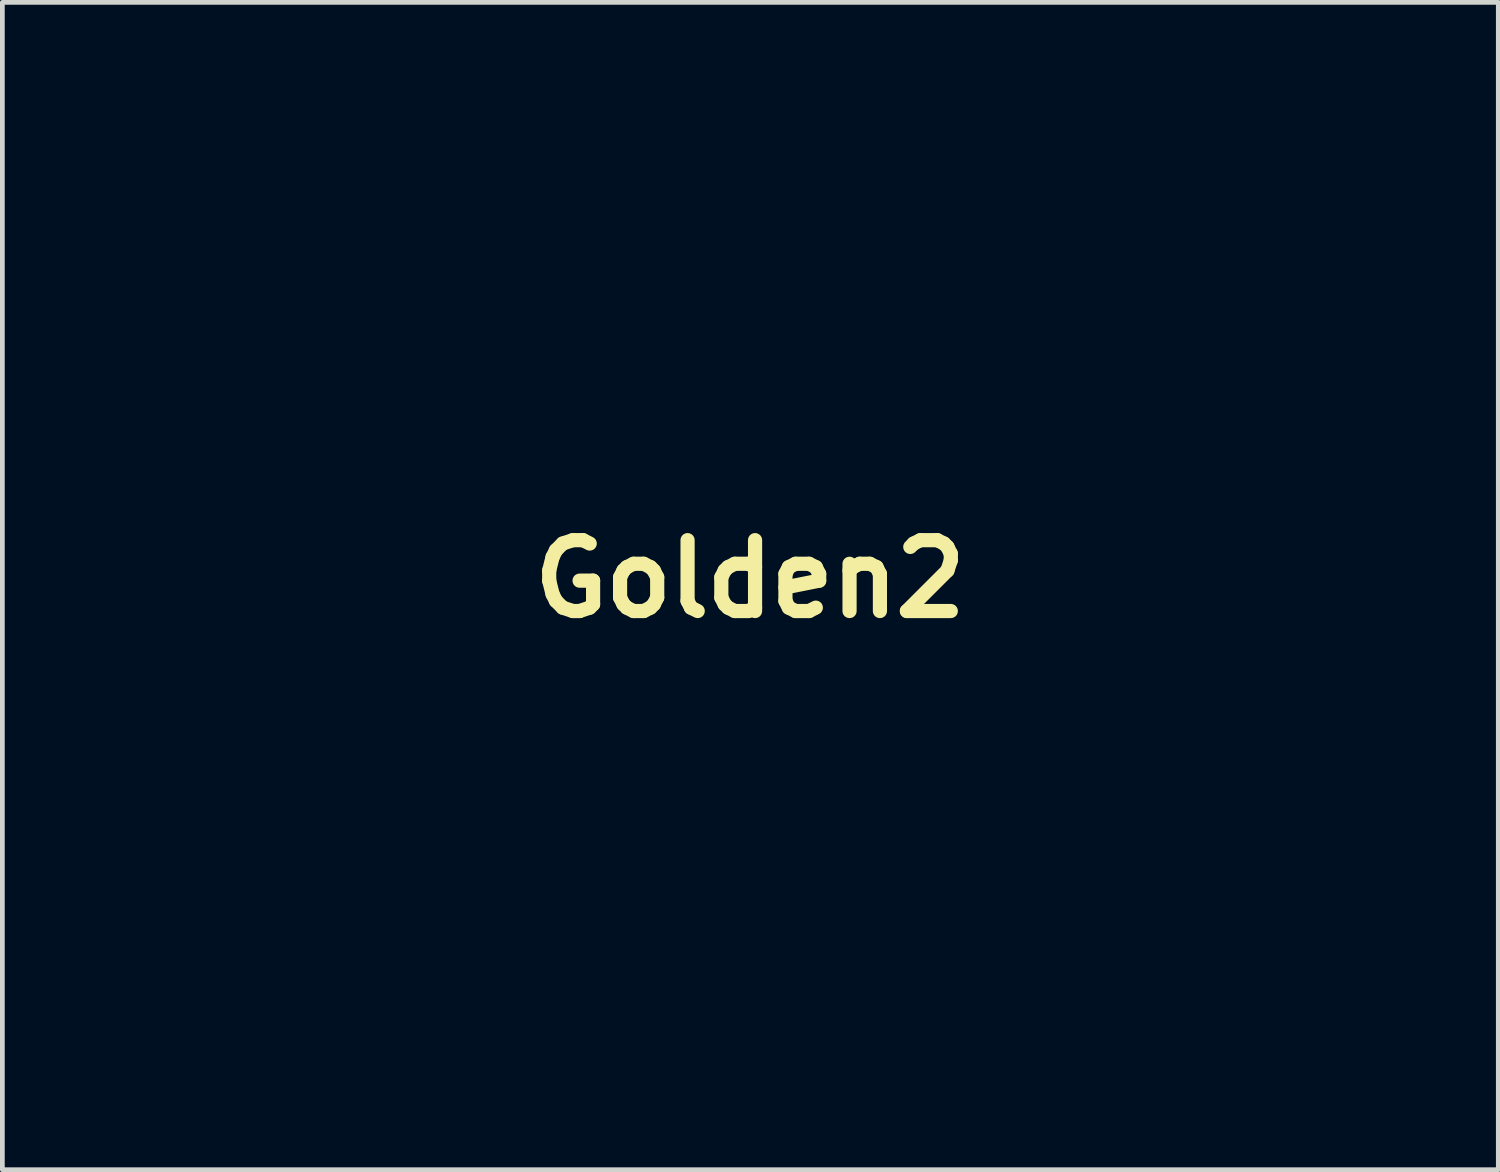
<source format=kicad_pcb>
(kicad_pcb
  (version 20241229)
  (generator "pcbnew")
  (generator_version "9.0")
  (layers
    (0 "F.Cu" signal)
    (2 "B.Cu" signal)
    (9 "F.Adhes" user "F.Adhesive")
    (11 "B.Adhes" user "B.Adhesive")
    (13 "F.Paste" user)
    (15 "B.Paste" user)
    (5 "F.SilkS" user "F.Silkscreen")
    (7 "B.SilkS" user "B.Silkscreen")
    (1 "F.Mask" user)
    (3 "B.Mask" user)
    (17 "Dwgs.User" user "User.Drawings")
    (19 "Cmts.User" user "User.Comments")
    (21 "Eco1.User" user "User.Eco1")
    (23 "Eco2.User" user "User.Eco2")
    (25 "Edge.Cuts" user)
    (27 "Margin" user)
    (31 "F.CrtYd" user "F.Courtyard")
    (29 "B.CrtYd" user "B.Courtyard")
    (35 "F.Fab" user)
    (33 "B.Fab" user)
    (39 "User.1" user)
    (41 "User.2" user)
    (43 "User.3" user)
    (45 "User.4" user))
  (footprint "Golden2"
    (layer "F.Cu")
    (at 12.825 9.205)
    (property "Reference" "Golden2" (at 0 0 0) (layer "F.SilkS") (effects (font (size 1.5 1.5) (thickness 0.3))))
    (attr board_only exclude_from_pos_files exclude_from_bom)
    (fp_poly (pts (xy -2.079 0.869) (xy -2.05 0.897) (xy -2.056 0.913) (xy -2.06 0.913) (xy -2.083 0.893) (xy -2.092 0.881) (xy -2.095 0.862)) (stroke (width 0.153) (type solid)) (fill yes) (layer "F.Mask"))
    (fp_poly (pts (xy 6.438 -5.516) (xy 6.433 -5.506) (xy 6.407 -5.48) (xy 6.402 -5.478) (xy 6.4 -5.496) (xy 6.405 -5.506) (xy 6.431 -5.533) (xy 6.436 -5.534)) (stroke (width 0.153) (type solid)) (fill yes) (layer "F.Mask"))
    (fp_poly (pts (xy -8.532 8.463) (xy -8.523 8.524) (xy -8.522 8.546) (xy -8.517 8.644) (xy -8.506 8.735) (xy -8.505 8.74) (xy -8.502 8.804) (xy -8.519 8.827) (xy -8.545 8.803) (xy -8.56 8.764) (xy -8.572 8.691) (xy -8.577 8.604) (xy -8.574 8.522) (xy -8.564 8.461) (xy -8.55 8.439)) (stroke (width 0.153) (type solid)) (fill yes) (layer "F.Mask"))
    (fp_poly (pts (xy -12.638 -5.987) (xy -12.606 -5.961) (xy -12.555 -5.907) (xy -12.491 -5.836) (xy -12.425 -5.759) (xy -12.366 -5.685) (xy -12.322 -5.626) (xy -12.303 -5.593) (xy -12.304 -5.589) (xy -12.331 -5.608) (xy -12.386 -5.659) (xy -12.459 -5.733) (xy -12.499 -5.775) (xy -12.596 -5.882) (xy -12.653 -5.952) (xy -12.671 -5.989) (xy -12.652 -5.992)) (stroke (width 0.153) (type solid)) (fill yes) (layer "F.Mask"))
    (fp_poly (pts (xy -1.284 1.43) (xy -1.242 1.467) (xy -1.2 1.509) (xy -1.079 1.643) (xy -0.97 1.765) (xy -0.881 1.868) (xy -0.816 1.946) (xy -0.78 1.993) (xy -0.775 2.003) (xy -0.786 2.02) (xy -0.821 2.002) (xy -0.884 1.946) (xy -0.976 1.85) (xy -1.01 1.813) (xy -1.145 1.66) (xy -1.238 1.543) (xy -1.289 1.462) (xy -1.3 1.426)) (stroke (width 0.153) (type solid)) (fill yes) (layer "F.Mask"))
    (fp_poly (pts (xy -11.996 -6.636) (xy -11.973 -6.631) (xy -11.995 -6.621) (xy -12.022 -6.614) (xy -12.096 -6.596) (xy -12.198 -6.573) (xy -12.264 -6.559) (xy -12.396 -6.518) (xy -12.528 -6.454) (xy -12.565 -6.431) (xy -12.657 -6.373) (xy -12.717 -6.344) (xy -12.74 -6.344) (xy -12.723 -6.374) (xy -12.665 -6.43) (xy -12.552 -6.506) (xy -12.406 -6.571) (xy -12.248 -6.617) (xy -12.099 -6.638) (xy -12.07 -6.638)) (stroke (width 0.153) (type solid)) (fill yes) (layer "F.Mask"))
    (fp_poly (pts (xy 8.519 -4.057) (xy 8.59 -4.014) (xy 8.677 -3.954) (xy 8.815 -3.848) (xy 8.928 -3.753) (xy 9.011 -3.673) (xy 9.061 -3.614) (xy 9.073 -3.578) (xy 9.055 -3.57) (xy 9.026 -3.587) (xy 8.966 -3.633) (xy 8.887 -3.698) (xy 8.852 -3.729) (xy 8.752 -3.815) (xy 8.653 -3.898) (xy 8.574 -3.964) (xy 8.561 -3.974) (xy 8.491 -4.035) (xy 8.464 -4.068) (xy 8.475 -4.075)) (stroke (width 0.153) (type solid)) (fill yes) (layer "F.Mask"))
    (fp_poly (pts (xy -1.976 1.017) (xy -1.926 1.073) (xy -1.921 1.079) (xy -1.752 1.267) (xy -1.571 1.454) (xy -1.389 1.628) (xy -1.222 1.773) (xy -1.179 1.807) (xy -1.051 1.908) (xy -0.961 1.979) (xy -0.903 2.027) (xy -0.872 2.055) (xy -0.861 2.068) (xy -0.867 2.073) (xy -0.872 2.073) (xy -0.913 2.058) (xy -0.968 2.026) (xy -1.233 1.834) (xy -1.478 1.626) (xy -1.693 1.412) (xy -1.871 1.199) (xy -1.978 1.038) (xy -1.994 1.005)) (stroke (width 0.153) (type solid)) (fill yes) (layer "F.Mask"))
    (fp_poly (pts (xy 8.76 -8.3) (xy 8.774 -8.246) (xy 8.776 -8.225) (xy 8.785 -8.121) (xy 8.835 -8.213) (xy 8.874 -8.278) (xy 8.893 -8.291) (xy 8.892 -8.254) (xy 8.87 -8.168) (xy 8.853 -8.11) (xy 8.824 -8.003) (xy 8.804 -7.903) (xy 8.799 -7.843) (xy 8.79 -7.768) (xy 8.766 -7.73) (xy 8.734 -7.738) (xy 8.733 -7.739) (xy 8.724 -7.775) (xy 8.718 -7.85) (xy 8.716 -7.95) (xy 8.717 -8.061) (xy 8.721 -8.166) (xy 8.727 -8.253) (xy 8.737 -8.305) (xy 8.742 -8.313)) (stroke (width 0.153) (type solid)) (fill yes) (layer "F.Mask"))
    (fp_poly (pts (xy 7.951 -8.166) (xy 7.954 -8.163) (xy 7.939 -8.141) (xy 7.885 -8.111) (xy 7.837 -8.092) (xy 7.636 -8.011) (xy 7.472 -7.931) (xy 7.371 -7.867) (xy 7.296 -7.817) (xy 7.257 -7.808) (xy 7.255 -7.841) (xy 7.289 -7.915) (xy 7.308 -7.948) (xy 7.369 -8.049) (xy 7.41 -8.108) (xy 7.438 -8.132) (xy 7.458 -8.128) (xy 7.461 -8.126) (xy 7.46 -8.094) (xy 7.438 -8.059) (xy 7.39 -7.998) (xy 7.384 -7.971) (xy 7.42 -7.977) (xy 7.497 -8.012) (xy 7.613 -8.066) (xy 7.728 -8.112) (xy 7.831 -8.147) (xy 7.909 -8.166)) (stroke (width 0.153) (type solid)) (fill yes) (layer "F.Mask"))
    (fp_poly (pts (xy -12.529 -6.307) (xy -12.494 -6.297) (xy -12.349 -6.236) (xy -12.224 -6.151) (xy -12.172 -6.098) (xy -12.152 -6.069) (xy -12.165 -6.06) (xy -12.22 -6.067) (xy -12.243 -6.072) (xy -12.352 -6.085) (xy -12.477 -6.09) (xy -12.597 -6.087) (xy -12.691 -6.076) (xy -12.71 -6.071) (xy -12.749 -6.064) (xy -12.742 -6.081) (xy -12.738 -6.086) (xy -12.695 -6.106) (xy -12.616 -6.125) (xy -12.537 -6.135) (xy -12.449 -6.146) (xy -12.387 -6.16) (xy -12.368 -6.173) (xy -12.391 -6.196) (xy -12.45 -6.23) (xy -12.492 -6.25) (xy -12.577 -6.291) (xy -12.612 -6.315) (xy -12.596 -6.321)) (stroke (width 0.153) (type solid)) (fill yes) (layer "F.Mask"))
    (fp_poly (pts (xy 8.285 -1.093) (xy 8.317 -0.959) (xy 8.36 -0.814) (xy 8.411 -0.667) (xy 8.465 -0.529) (xy 8.519 -0.409) (xy 8.569 -0.316) (xy 8.61 -0.261) (xy 8.631 -0.249) (xy 8.647 -0.274) (xy 8.662 -0.336) (xy 8.667 -0.375) (xy 8.682 -0.466) (xy 8.701 -0.52) (xy 8.72 -0.528) (xy 8.723 -0.523) (xy 8.725 -0.493) (xy 8.724 -0.419) (xy 8.72 -0.316) (xy 8.716 -0.245) (xy 8.702 0.023) (xy 8.552 -0.24) (xy 8.446 -0.435) (xy 8.367 -0.597) (xy 8.313 -0.737) (xy 8.279 -0.868) (xy 8.261 -1) (xy 8.257 -1.063) (xy 8.247 -1.287)) (stroke (width 0.153) (type solid)) (fill yes) (layer "F.Mask"))
    (fp_poly (pts (xy 8.554 -8.67) (xy 8.585 -8.664) (xy 8.674 -8.638) (xy 8.558 -8.635) (xy 8.461 -8.629) (xy 8.363 -8.615) (xy 8.272 -8.597) (xy 8.196 -8.576) (xy 8.143 -8.556) (xy 8.12 -8.539) (xy 8.136 -8.526) (xy 8.197 -8.522) (xy 8.267 -8.515) (xy 8.311 -8.498) (xy 8.314 -8.494) (xy 8.316 -8.468) (xy 8.309 -8.465) (xy 8.192 -8.459) (xy 8.08 -8.457) (xy 7.987 -8.458) (xy 7.923 -8.463) (xy 7.903 -8.472) (xy 7.903 -8.472) (xy 7.933 -8.498) (xy 7.994 -8.539) (xy 8.037 -8.564) (xy 8.156 -8.617) (xy 8.295 -8.655) (xy 8.435 -8.674)) (stroke (width 0.153) (type solid)) (fill yes) (layer "F.Mask"))
    (fp_poly (pts (xy -10.761 -6.177) (xy -10.703 -6.083) (xy -10.665 -6.016) (xy -10.503 -5.772) (xy -10.291 -5.53) (xy -10.033 -5.294) (xy -9.733 -5.069) (xy -9.701 -5.048) (xy -9.579 -4.964) (xy -9.472 -4.886) (xy -9.388 -4.82) (xy -9.338 -4.775) (xy -9.331 -4.766) (xy -9.305 -4.722) (xy -9.3 -4.707) (xy -9.325 -4.723) (xy -9.389 -4.765) (xy -9.483 -4.827) (xy -9.599 -4.906) (xy -9.705 -4.977) (xy -9.991 -5.182) (xy -10.228 -5.377) (xy -10.422 -5.568) (xy -10.576 -5.758) (xy -10.695 -5.953) (xy -10.697 -5.957) (xy -10.76 -6.087) (xy -10.798 -6.175) (xy -10.81 -6.221) (xy -10.797 -6.222)) (stroke (width 0.153) (type solid)) (fill yes) (layer "F.Mask"))
    (fp_poly (pts (xy 8.221 -4.959) (xy 8.264 -4.901) (xy 8.322 -4.817) (xy 8.367 -4.752) (xy 8.46 -4.623) (xy 8.573 -4.481) (xy 8.685 -4.351) (xy 8.717 -4.316) (xy 8.845 -4.172) (xy 8.939 -4.045) (xy 9.009 -3.918) (xy 9.063 -3.786) (xy 9.086 -3.711) (xy 9.086 -3.683) (xy 9.063 -3.705) (xy 9.038 -3.742) (xy 9.003 -3.801) (xy 8.955 -3.886) (xy 8.92 -3.946) (xy 8.867 -4.028) (xy 8.788 -4.133) (xy 8.695 -4.246) (xy 8.633 -4.316) (xy 8.472 -4.502) (xy 8.346 -4.672) (xy 8.257 -4.818) (xy 8.221 -4.9) (xy 8.204 -4.956) (xy 8.202 -4.98) (xy 8.203 -4.98)) (stroke (width 0.153) (type solid)) (fill yes) (layer "F.Mask"))
    (fp_poly (pts (xy 8.442 -8.475) (xy 8.418 -8.417) (xy 8.392 -8.368) (xy 8.348 -8.277) (xy 8.332 -8.197) (xy 8.338 -8.101) (xy 8.352 -8.002) (xy 8.369 -7.954) (xy 8.392 -7.95) (xy 8.424 -7.987) (xy 8.426 -7.99) (xy 8.483 -8.062) (xy 8.534 -8.111) (xy 8.566 -8.126) (xy 8.57 -8.124) (xy 8.563 -8.096) (xy 8.529 -8.042) (xy 8.51 -8.015) (xy 8.458 -7.928) (xy 8.424 -7.836) (xy 8.42 -7.818) (xy 8.402 -7.746) (xy 8.381 -7.707) (xy 8.364 -7.708) (xy 8.356 -7.754) (xy 8.356 -7.756) (xy 8.345 -7.827) (xy 8.319 -7.912) (xy 8.314 -7.923) (xy 8.283 -8.043) (xy 8.277 -8.174) (xy 8.296 -8.3) (xy 8.336 -8.405) (xy 8.394 -8.473) (xy 8.434 -8.493)) (stroke (width 0.153) (type solid)) (fill yes) (layer "F.Mask"))
    (fp_poly (pts (xy 7.637 -4.789) (xy 7.669 -4.654) (xy 7.705 -4.52) (xy 7.737 -4.408) (xy 7.747 -4.379) (xy 7.797 -4.26) (xy 7.859 -4.141) (xy 7.926 -4.036) (xy 7.989 -3.959) (xy 8.027 -3.927) (xy 8.07 -3.892) (xy 8.076 -3.86) (xy 8.045 -3.847) (xy 8.008 -3.863) (xy 7.938 -3.903) (xy 7.846 -3.96) (xy 7.793 -3.996) (xy 7.691 -4.068) (xy 7.6 -4.135) (xy 7.534 -4.186) (xy 7.517 -4.202) (xy 7.482 -4.245) (xy 7.485 -4.261) (xy 7.522 -4.25) (xy 7.583 -4.215) (xy 7.656 -4.164) (xy 7.747 -4.099) (xy 7.799 -4.073) (xy 7.814 -4.085) (xy 7.793 -4.135) (xy 7.78 -4.157) (xy 7.726 -4.269) (xy 7.676 -4.418) (xy 7.633 -4.585) (xy 7.603 -4.751) (xy 7.593 -4.851) (xy 7.581 -5.05)) (stroke (width 0.153) (type solid)) (fill yes) (layer "F.Mask"))
    (fp_poly (pts (xy 6.336 -5.346) (xy 6.321 -5.309) (xy 6.282 -5.241) (xy 6.227 -5.154) (xy 6.165 -5.06) (xy 6.103 -4.974) (xy 6.052 -4.908) (xy 6.037 -4.891) (xy 5.996 -4.838) (xy 5.982 -4.802) (xy 5.984 -4.798) (xy 6.015 -4.801) (xy 6.082 -4.826) (xy 6.172 -4.867) (xy 6.199 -4.88) (xy 6.288 -4.922) (xy 6.353 -4.947) (xy 6.384 -4.95) (xy 6.385 -4.946) (xy 6.356 -4.915) (xy 6.292 -4.874) (xy 6.207 -4.829) (xy 6.111 -4.784) (xy 6.016 -4.746) (xy 5.936 -4.719) (xy 5.882 -4.708) (xy 5.866 -4.717) (xy 5.882 -4.744) (xy 5.925 -4.802) (xy 5.987 -4.88) (xy 6.006 -4.904) (xy 6.087 -5.011) (xy 6.167 -5.125) (xy 6.229 -5.222) (xy 6.229 -5.222) (xy 6.284 -5.314) (xy 6.318 -5.359) (xy 6.334 -5.363)) (stroke (width 0.153) (type solid)) (fill yes) (layer "F.Mask"))
    (fp_poly (pts (xy 0.365 1.372) (xy 0.399 1.431) (xy 0.445 1.543) (xy 0.482 1.646) (xy 0.616 1.976) (xy 0.785 2.297) (xy 0.979 2.593) (xy 1.116 2.766) (xy 1.199 2.863) (xy 1.181 2.773) (xy 1.156 2.65) (xy 1.142 2.573) (xy 1.138 2.534) (xy 1.143 2.523) (xy 1.155 2.532) (xy 1.178 2.572) (xy 1.209 2.648) (xy 1.244 2.747) (xy 1.277 2.851) (xy 1.304 2.946) (xy 1.321 3.018) (xy 1.322 3.048) (xy 1.301 3.043) (xy 1.252 3.003) (xy 1.186 2.936) (xy 1.15 2.897) (xy 0.984 2.701) (xy 0.85 2.527) (xy 0.74 2.359) (xy 0.643 2.183) (xy 0.624 2.144) (xy 0.576 2.04) (xy 0.524 1.917) (xy 0.472 1.786) (xy 0.424 1.656) (xy 0.384 1.538) (xy 0.354 1.444) (xy 0.341 1.382) (xy 0.342 1.365)) (stroke (width 0.153) (type solid)) (fill yes) (layer "F.Mask"))
    (fp_poly (pts (xy 7.516 -3.15) (xy 7.512 -3.14) (xy 7.429 -2.873) (xy 7.395 -2.601) (xy 7.41 -2.32) (xy 7.474 -2.024) (xy 7.587 -1.71) (xy 7.634 -1.605) (xy 7.718 -1.425) (xy 7.701 -1.622) (xy 7.696 -1.749) (xy 7.704 -1.839) (xy 7.715 -1.871) (xy 7.733 -1.892) (xy 7.743 -1.874) (xy 7.748 -1.811) (xy 7.75 -1.771) (xy 7.759 -1.588) (xy 7.777 -1.443) (xy 7.8 -1.337) (xy 7.813 -1.269) (xy 7.802 -1.247) (xy 7.773 -1.271) (xy 7.73 -1.338) (xy 7.717 -1.363) (xy 7.674 -1.442) (xy 7.636 -1.506) (xy 7.624 -1.522) (xy 7.584 -1.588) (xy 7.535 -1.692) (xy 7.483 -1.82) (xy 7.433 -1.957) (xy 7.391 -2.089) (xy 7.374 -2.153) (xy 7.342 -2.338) (xy 7.337 -2.53) (xy 7.339 -2.582) (xy 7.355 -2.722) (xy 7.382 -2.864) (xy 7.418 -2.994) (xy 7.457 -3.098) (xy 7.497 -3.162) (xy 7.5 -3.164) (xy 7.522 -3.178)) (stroke (width 0.153) (type solid)) (fill yes) (layer "F.Mask"))
    (fp_poly (pts (xy -0.713 1.028) (xy -0.668 1.087) (xy -0.595 1.19) (xy -0.566 1.231) (xy -0.497 1.32) (xy -0.4 1.435) (xy -0.284 1.563) (xy -0.162 1.692) (xy -0.11 1.743) (xy 0.005 1.859) (xy 0.112 1.968) (xy 0.202 2.063) (xy 0.266 2.133) (xy 0.287 2.158) (xy 0.332 2.214) (xy 0.352 2.229) (xy 0.352 2.205) (xy 0.349 2.186) (xy 0.336 2.115) (xy 0.322 2.021) (xy 0.318 1.992) (xy 0.309 1.918) (xy 0.311 1.893) (xy 0.326 1.91) (xy 0.343 1.937) (xy 0.371 2.006) (xy 0.399 2.107) (xy 0.422 2.221) (xy 0.437 2.327) (xy 0.44 2.407) (xy 0.438 2.421) (xy 0.427 2.456) (xy 0.411 2.446) (xy 0.389 2.407) (xy 0.33 2.317) (xy 0.235 2.199) (xy 0.113 2.062) (xy -0.029 1.914) (xy -0.133 1.812) (xy -0.322 1.618) (xy -0.488 1.419) (xy -0.623 1.226) (xy -0.692 1.104) (xy -0.723 1.038) (xy -0.731 1.012)) (stroke (width 0.153) (type solid)) (fill yes) (layer "F.Mask"))
    (fp_poly (pts (xy 6.577 -4.779) (xy 6.543 -4.706) (xy 6.478 -4.588) (xy 6.473 -4.579) (xy 6.334 -4.373) (xy 6.181 -4.205) (xy 6.02 -4.082) (xy 6.015 -4.079) (xy 5.935 -4.038) (xy 5.83 -3.992) (xy 5.714 -3.947) (xy 5.603 -3.908) (xy 5.514 -3.882) (xy 5.465 -3.874) (xy 5.428 -3.859) (xy 5.423 -3.846) (xy 5.449 -3.827) (xy 5.521 -3.821) (xy 5.632 -3.829) (xy 5.734 -3.843) (xy 5.827 -3.854) (xy 5.873 -3.851) (xy 5.87 -3.836) (xy 5.815 -3.811) (xy 5.777 -3.799) (xy 5.671 -3.777) (xy 5.551 -3.767) (xy 5.442 -3.769) (xy 5.368 -3.783) (xy 5.309 -3.805) (xy 5.26 -3.823) (xy 5.216 -3.846) (xy 5.21 -3.863) (xy 5.242 -3.876) (xy 5.315 -3.898) (xy 5.417 -3.926) (xy 5.488 -3.944) (xy 5.721 -4.011) (xy 5.912 -4.092) (xy 6.072 -4.194) (xy 6.215 -4.327) (xy 6.352 -4.499) (xy 6.424 -4.605) (xy 6.502 -4.72) (xy 6.555 -4.787) (xy 6.58 -4.807)) (stroke (width 0.153) (type solid)) (fill yes) (layer "F.Mask"))
    (fp_poly (pts (xy 1.041 0.939) (xy 1.085 1.008) (xy 1.122 1.07) (xy 1.19 1.18) (xy 1.282 1.316) (xy 1.387 1.461) (xy 1.492 1.599) (xy 1.501 1.61) (xy 1.631 1.776) (xy 1.761 1.944) (xy 1.885 2.108) (xy 1.996 2.257) (xy 2.088 2.383) (xy 2.154 2.478) (xy 2.171 2.503) (xy 2.21 2.554) (xy 2.229 2.558) (xy 2.229 2.522) (xy 2.208 2.45) (xy 2.187 2.395) (xy 2.149 2.296) (xy 2.132 2.229) (xy 2.135 2.199) (xy 2.155 2.21) (xy 2.191 2.267) (xy 2.214 2.313) (xy 2.253 2.406) (xy 2.292 2.515) (xy 2.328 2.63) (xy 2.358 2.738) (xy 2.379 2.827) (xy 2.387 2.887) (xy 2.381 2.905) (xy 2.357 2.884) (xy 2.313 2.826) (xy 2.256 2.744) (xy 2.24 2.718) (xy 2.136 2.562) (xy 2.026 2.403) (xy 1.9 2.232) (xy 1.751 2.039) (xy 1.61 1.859) (xy 1.427 1.623) (xy 1.28 1.42) (xy 1.167 1.247) (xy 1.084 1.098) (xy 1.028 0.968) (xy 1.011 0.913) (xy 1.015 0.905)) (stroke (width 0.153) (type solid)) (fill yes) (layer "F.Mask"))
    (fp_poly (pts (xy 10.555 -7.55) (xy 10.54 -7.533) (xy 10.475 -7.509) (xy 10.438 -7.499) (xy 10.33 -7.47) (xy 10.27 -7.45) (xy 10.254 -7.436) (xy 10.276 -7.423) (xy 10.315 -7.41) (xy 10.376 -7.384) (xy 10.423 -7.335) (xy 10.471 -7.249) (xy 10.474 -7.241) (xy 10.516 -7.134) (xy 10.538 -7.043) (xy 10.538 -6.977) (xy 10.516 -6.949) (xy 10.507 -6.949) (xy 10.461 -6.956) (xy 10.383 -6.97) (xy 10.334 -6.98) (xy 10.172 -7.019) (xy 10.041 -7.067) (xy 9.948 -7.12) (xy 9.897 -7.174) (xy 9.895 -7.227) (xy 9.899 -7.233) (xy 9.917 -7.288) (xy 9.919 -7.303) (xy 9.926 -7.315) (xy 10.158 -7.315) (xy 10.159 -7.278) (xy 10.19 -7.238) (xy 10.217 -7.222) (xy 10.286 -7.199) (xy 10.317 -7.201) (xy 10.32 -7.212) (xy 10.3 -7.253) (xy 10.254 -7.299) (xy 10.206 -7.329) (xy 10.192 -7.332) (xy 10.158 -7.315) (xy 9.926 -7.315) (xy 9.944 -7.348) (xy 10.011 -7.399) (xy 10.108 -7.451) (xy 10.222 -7.498) (xy 10.342 -7.533) (xy 10.355 -7.536) (xy 10.459 -7.553) (xy 10.527 -7.557)) (stroke (width 0.153) (type solid)) (fill yes) (layer "F.Mask"))
    (fp_poly (pts (xy 2.12 0.923) (xy 2.139 0.974) (xy 2.166 1.075) (xy 2.185 1.148) (xy 2.232 1.329) (xy 2.273 1.469) (xy 2.313 1.583) (xy 2.358 1.684) (xy 2.412 1.787) (xy 2.448 1.849) (xy 2.503 1.935) (xy 2.573 2.033) (xy 2.651 2.135) (xy 2.729 2.231) (xy 2.8 2.313) (xy 2.857 2.371) (xy 2.892 2.397) (xy 2.898 2.396) (xy 2.893 2.366) (xy 2.866 2.306) (xy 2.843 2.263) (xy 2.794 2.167) (xy 2.749 2.059) (xy 2.714 1.955) (xy 2.693 1.87) (xy 2.692 1.819) (xy 2.709 1.81) (xy 2.726 1.84) (xy 2.78 1.974) (xy 2.84 2.111) (xy 2.9 2.232) (xy 2.95 2.32) (xy 2.952 2.324) (xy 2.998 2.397) (xy 3.011 2.437) (xy 2.989 2.453) (xy 2.941 2.456) (xy 2.893 2.444) (xy 2.833 2.406) (xy 2.751 2.335) (xy 2.667 2.251) (xy 2.543 2.115) (xy 2.448 1.984) (xy 2.363 1.831) (xy 2.343 1.791) (xy 2.27 1.623) (xy 2.206 1.442) (xy 2.154 1.262) (xy 2.119 1.099) (xy 2.106 0.968) (xy 2.106 0.95) (xy 2.11 0.916)) (stroke (width 0.153) (type solid)) (fill yes) (layer "F.Mask"))
    (fp_poly (pts (xy -11.718 -7.376) (xy -11.626 -7.346) (xy -11.512 -7.302) (xy -11.392 -7.251) (xy -11.28 -7.199) (xy -11.189 -7.152) (xy -11.145 -7.124) (xy -10.998 -6.991) (xy -10.852 -6.81) (xy -10.713 -6.588) (xy -10.585 -6.334) (xy -10.502 -6.134) (xy -10.453 -6.008) (xy -10.404 -5.887) (xy -10.362 -5.79) (xy -10.348 -5.76) (xy -10.308 -5.667) (xy -10.298 -5.62) (xy -10.313 -5.62) (xy -10.35 -5.667) (xy -10.394 -5.745) (xy -10.451 -5.859) (xy -10.511 -5.994) (xy -10.555 -6.101) (xy -10.688 -6.407) (xy -10.83 -6.666) (xy -10.978 -6.875) (xy -11.132 -7.032) (xy -11.203 -7.086) (xy -11.305 -7.149) (xy -11.403 -7.2) (xy -11.486 -7.234) (xy -11.541 -7.246) (xy -11.555 -7.242) (xy -11.555 -7.21) (xy -11.539 -7.156) (xy -11.498 -7.098) (xy -11.443 -7.083) (xy -11.385 -7.073) (xy -11.358 -7.056) (xy -11.376 -7.044) (xy -11.446 -7.036) (xy -11.562 -7.034) (xy -11.64 -7.035) (xy -11.809 -7.035) (xy -11.941 -7.024) (xy -12.057 -6.999) (xy -12.176 -6.955) (xy -12.306 -6.895) (xy -12.401 -6.843) (xy -12.444 -6.807) (xy -12.435 -6.786) (xy -12.376 -6.778) (xy -12.375 -6.778) (xy -12.291 -6.763) (xy -12.23 -6.737) (xy -12.193 -6.712) (xy -12.199 -6.701) (xy -12.253 -6.705) (xy -12.355 -6.723) (xy -12.407 -6.734) (xy -12.57 -6.768) (xy -12.448 -6.867) (xy -12.268 -6.979) (xy -12.055 -7.058) (xy -11.821 -7.097) (xy -11.787 -7.099) (xy -11.687 -7.107) (xy -11.61 -7.119) (xy -11.573 -7.134) (xy -11.571 -7.136) (xy -11.585 -7.168) (xy -11.629 -7.224) (xy -11.678 -7.275) (xy -11.736 -7.335) (xy -11.771 -7.376) (xy -11.775 -7.388)) (stroke (width 0.153) (type solid)) (fill yes) (layer "F.Mask"))
    (fp_poly (pts (xy -12.47 -5.53) (xy -12.333 -5.524) (xy -12.227 -5.511) (xy -12.162 -5.495) (xy -12.152 -5.49) (xy -12.12 -5.454) (xy -12.133 -5.434) (xy -12.184 -5.434) (xy -12.232 -5.448) (xy -12.296 -5.463) (xy -12.378 -5.473) (xy -12.461 -5.479) (xy -12.528 -5.478) (xy -12.561 -5.47) (xy -12.562 -5.467) (xy -12.543 -5.444) (xy -12.493 -5.392) (xy -12.421 -5.32) (xy -12.375 -5.275) (xy -12.277 -5.172) (xy -12.182 -5.055) (xy -12.095 -4.931) (xy -12.019 -4.81) (xy -11.959 -4.697) (xy -11.918 -4.601) (xy -11.902 -4.529) (xy -11.913 -4.488) (xy -11.933 -4.482) (xy -11.997 -4.499) (xy -12.087 -4.543) (xy -12.19 -4.606) (xy -12.29 -4.678) (xy -12.361 -4.739) (xy -12.423 -4.797) (xy -12.466 -4.831) (xy -12.479 -4.836) (xy -12.467 -4.804) (xy -12.437 -4.735) (xy -12.394 -4.64) (xy -12.363 -4.574) (xy -12.306 -4.462) (xy -12.248 -4.367) (xy -12.178 -4.273) (xy -12.087 -4.169) (xy -11.971 -4.047) (xy -11.874 -3.946) (xy -11.794 -3.861) (xy -11.737 -3.799) (xy -11.711 -3.766) (xy -11.71 -3.763) (xy -11.736 -3.779) (xy -11.795 -3.823) (xy -11.875 -3.887) (xy -11.92 -3.923) (xy -12.098 -4.082) (xy -12.237 -4.243) (xy -12.351 -4.421) (xy -12.39 -4.496) (xy -12.449 -4.621) (xy -12.499 -4.742) (xy -12.536 -4.847) (xy -12.557 -4.925) (xy -12.557 -4.966) (xy -12.556 -4.968) (xy -12.53 -4.959) (xy -12.48 -4.917) (xy -12.437 -4.873) (xy -12.374 -4.811) (xy -12.292 -4.742) (xy -12.203 -4.672) (xy -12.117 -4.611) (xy -12.045 -4.567) (xy -11.999 -4.546) (xy -11.989 -4.548) (xy -11.986 -4.587) (xy -12.008 -4.66) (xy -12.052 -4.756) (xy -12.112 -4.863) (xy -12.15 -4.924) (xy -12.218 -5.012) (xy -12.312 -5.121) (xy -12.421 -5.235) (xy -12.501 -5.313) (xy -12.742 -5.537)) (stroke (width 0.153) (type solid)) (fill yes) (layer "F.Mask"))
    (fp_poly (pts (xy -9.56 -4.689) (xy -9.472 -4.663) (xy -9.394 -4.63) (xy -9.333 -4.603) (xy -9.236 -4.561) (xy -9.118 -4.512) (xy -9.039 -4.479) (xy -8.906 -4.425) (xy -8.776 -4.369) (xy -8.667 -4.319) (xy -8.624 -4.298) (xy -8.524 -4.243) (xy -8.408 -4.172) (xy -8.287 -4.092) (xy -8.175 -4.013) (xy -8.086 -3.945) (xy -8.037 -3.9) (xy -7.983 -3.854) (xy -7.952 -3.854) (xy -7.949 -3.899) (xy -7.952 -3.915) (xy -7.96 -3.966) (xy -7.953 -3.984) (xy -7.927 -3.966) (xy -7.872 -3.916) (xy -7.797 -3.843) (xy -7.738 -3.784) (xy -7.634 -3.685) (xy -7.534 -3.604) (xy -7.426 -3.537) (xy -7.298 -3.477) (xy -7.14 -3.417) (xy -6.94 -3.352) (xy -6.932 -3.349) (xy -6.81 -3.308) (xy -6.703 -3.265) (xy -6.626 -3.228) (xy -6.599 -3.21) (xy -6.543 -3.177) (xy -6.452 -3.143) (xy -6.342 -3.114) (xy -6.337 -3.113) (xy -6.238 -3.086) (xy -6.117 -3.045) (xy -5.987 -2.995) (xy -5.86 -2.941) (xy -5.746 -2.887) (xy -5.659 -2.84) (xy -5.609 -2.804) (xy -5.605 -2.798) (xy -5.596 -2.776) (xy -5.611 -2.772) (xy -5.656 -2.786) (xy -5.738 -2.822) (xy -5.861 -2.881) (xy -6.123 -2.985) (xy -6.43 -3.067) (xy -6.785 -3.126) (xy -7.111 -3.159) (xy -7.289 -3.174) (xy -7.425 -3.189) (xy -7.518 -3.203) (xy -7.564 -3.216) (xy -7.563 -3.226) (xy -7.512 -3.232) (xy -7.411 -3.233) (xy -7.256 -3.229) (xy -7.235 -3.228) (xy -7.089 -3.22) (xy -6.953 -3.211) (xy -6.841 -3.201) (xy -6.77 -3.193) (xy -6.768 -3.192) (xy -6.694 -3.183) (xy -6.668 -3.189) (xy -6.685 -3.207) (xy -6.738 -3.232) (xy -6.825 -3.263) (xy -6.924 -3.293) (xy -7.197 -3.376) (xy -7.421 -3.467) (xy -7.599 -3.568) (xy -7.738 -3.683) (xy -7.8 -3.752) (xy -7.848 -3.803) (xy -7.872 -3.808) (xy -7.871 -3.768) (xy -7.842 -3.687) (xy -7.834 -3.668) (xy -7.806 -3.597) (xy -7.795 -3.551) (xy -7.798 -3.542) (xy -7.824 -3.562) (xy -7.872 -3.615) (xy -7.928 -3.685) (xy -8.057 -3.825) (xy -8.228 -3.969) (xy -8.433 -4.111) (xy -8.661 -4.244) (xy -8.901 -4.36) (xy -9.02 -4.409) (xy -9.223 -4.489) (xy -9.378 -4.555) (xy -9.49 -4.607) (xy -9.564 -4.648) (xy -9.577 -4.658) (xy -9.643 -4.706)) (stroke (width 0.153) (type solid)) (fill yes) (layer "F.Mask"))
    (fp_poly (pts (xy 8.542 -3.515) (xy 8.565 -3.471) (xy 8.642 -3.349) (xy 8.757 -3.21) (xy 8.902 -3.064) (xy 9.01 -2.968) (xy 9.214 -2.789) (xy 9.374 -2.627) (xy 9.497 -2.475) (xy 9.588 -2.325) (xy 9.654 -2.168) (xy 9.697 -2.004) (xy 9.724 -1.902) (xy 9.755 -1.813) (xy 9.778 -1.766) (xy 9.811 -1.699) (xy 9.822 -1.647) (xy 9.819 -1.608) (xy 9.804 -1.613) (xy 9.778 -1.646) (xy 9.737 -1.686) (xy 9.71 -1.695) (xy 9.685 -1.713) (xy 9.669 -1.754) (xy 9.637 -1.808) (xy 9.575 -1.871) (xy 9.537 -1.901) (xy 9.454 -1.955) (xy 9.36 -2.011) (xy 9.266 -2.061) (xy 9.185 -2.101) (xy 9.13 -2.122) (xy 9.114 -2.123) (xy 9.121 -2.096) (xy 9.154 -2.046) (xy 9.157 -2.042) (xy 9.197 -1.969) (xy 9.239 -1.856) (xy 9.279 -1.717) (xy 9.313 -1.567) (xy 9.336 -1.421) (xy 9.339 -1.397) (xy 9.351 -1.3) (xy 9.363 -1.219) (xy 9.37 -1.183) (xy 9.373 -1.143) (xy 9.345 -1.147) (xy 9.287 -1.193) (xy 9.238 -1.241) (xy 9.184 -1.305) (xy 9.121 -1.396) (xy 9.056 -1.499) (xy 8.996 -1.604) (xy 8.948 -1.698) (xy 8.919 -1.769) (xy 8.915 -1.802) (xy 8.933 -1.797) (xy 8.969 -1.759) (xy 9.012 -1.704) (xy 9.05 -1.646) (xy 9.073 -1.6) (xy 9.075 -1.588) (xy 9.089 -1.555) (xy 9.122 -1.494) (xy 9.167 -1.42) (xy 9.215 -1.346) (xy 9.256 -1.286) (xy 9.282 -1.255) (xy 9.287 -1.254) (xy 9.289 -1.286) (xy 9.283 -1.359) (xy 9.269 -1.458) (xy 9.251 -1.569) (xy 9.229 -1.678) (xy 9.208 -1.771) (xy 9.2 -1.798) (xy 9.165 -1.902) (xy 9.121 -2.017) (xy 9.103 -2.057) (xy 9.072 -2.134) (xy 9.056 -2.188) (xy 9.056 -2.204) (xy 9.087 -2.2) (xy 9.153 -2.176) (xy 9.24 -2.139) (xy 9.336 -2.094) (xy 9.427 -2.047) (xy 9.499 -2.005) (xy 9.516 -1.994) (xy 9.589 -1.949) (xy 9.632 -1.943) (xy 9.645 -1.976) (xy 9.629 -2.051) (xy 9.582 -2.169) (xy 9.531 -2.283) (xy 9.457 -2.419) (xy 9.364 -2.546) (xy 9.243 -2.674) (xy 9.087 -2.814) (xy 9.01 -2.878) (xy 8.91 -2.966) (xy 8.808 -3.072) (xy 8.711 -3.186) (xy 8.626 -3.297) (xy 8.562 -3.395) (xy 8.527 -3.471) (xy 8.523 -3.497) (xy 8.527 -3.528)) (stroke (width 0.153) (type solid)) (fill yes) (layer "F.Mask"))
    (fp_poly (pts (xy 4.939 -2.937) (xy 4.949 -2.896) (xy 4.96 -2.81) (xy 4.974 -2.688) (xy 5.021 -2.402) (xy 5.103 -2.148) (xy 5.226 -1.909) (xy 5.327 -1.76) (xy 5.401 -1.665) (xy 5.457 -1.603) (xy 5.493 -1.576) (xy 5.504 -1.588) (xy 5.492 -1.626) (xy 5.479 -1.681) (xy 5.468 -1.768) (xy 5.46 -1.87) (xy 5.456 -1.975) (xy 5.456 -2.067) (xy 5.461 -2.133) (xy 5.471 -2.158) (xy 5.49 -2.133) (xy 5.509 -2.07) (xy 5.518 -2.016) (xy 5.547 -1.883) (xy 5.6 -1.72) (xy 5.671 -1.544) (xy 5.752 -1.369) (xy 5.838 -1.213) (xy 5.859 -1.179) (xy 5.913 -1.104) (xy 5.986 -1.012) (xy 6.073 -0.911) (xy 6.165 -0.81) (xy 6.254 -0.716) (xy 6.333 -0.638) (xy 6.394 -0.583) (xy 6.431 -0.56) (xy 6.436 -0.561) (xy 6.434 -0.591) (xy 6.417 -0.655) (xy 6.406 -0.691) (xy 6.379 -0.793) (xy 6.364 -0.897) (xy 6.364 -0.918) (xy 6.364 -1.026) (xy 6.483 -0.88) (xy 6.562 -0.794) (xy 6.669 -0.697) (xy 6.783 -0.604) (xy 6.816 -0.579) (xy 6.912 -0.514) (xy 7.024 -0.444) (xy 7.143 -0.374) (xy 7.258 -0.309) (xy 7.36 -0.255) (xy 7.438 -0.218) (xy 7.484 -0.203) (xy 7.49 -0.204) (xy 7.482 -0.231) (xy 7.45 -0.288) (xy 7.419 -0.337) (xy 7.369 -0.419) (xy 7.331 -0.5) (xy 7.308 -0.566) (xy 7.307 -0.604) (xy 7.315 -0.609) (xy 7.337 -0.587) (xy 7.37 -0.533) (xy 7.373 -0.527) (xy 7.41 -0.467) (xy 7.469 -0.379) (xy 7.539 -0.282) (xy 7.555 -0.261) (xy 7.618 -0.173) (xy 7.663 -0.1) (xy 7.684 -0.054) (xy 7.684 -0.047) (xy 7.668 -0.032) (xy 7.655 -0.047) (xy 7.622 -0.072) (xy 7.55 -0.107) (xy 7.456 -0.147) (xy 7.444 -0.152) (xy 7.289 -0.221) (xy 7.112 -0.316) (xy 6.93 -0.427) (xy 6.759 -0.543) (xy 6.615 -0.654) (xy 6.561 -0.702) (xy 6.488 -0.769) (xy 6.444 -0.798) (xy 6.429 -0.788) (xy 6.443 -0.736) (xy 6.485 -0.64) (xy 6.533 -0.543) (xy 6.572 -0.458) (xy 6.597 -0.394) (xy 6.601 -0.366) (xy 6.574 -0.374) (xy 6.52 -0.41) (xy 6.482 -0.439) (xy 6.286 -0.607) (xy 6.127 -0.752) (xy 5.998 -0.886) (xy 5.889 -1.017) (xy 5.792 -1.154) (xy 5.7 -1.307) (xy 5.688 -1.328) (xy 5.637 -1.414) (xy 5.609 -1.451) (xy 5.603 -1.438) (xy 5.606 -1.425) (xy 5.624 -1.342) (xy 5.521 -1.439) (xy 5.43 -1.536) (xy 5.561 -1.536) (xy 5.575 -1.522) (xy 5.589 -1.536) (xy 5.575 -1.549) (xy 5.561 -1.536) (xy 5.43 -1.536) (xy 5.381 -1.588) (xy 5.243 -1.766) (xy 5.127 -1.948) (xy 5.095 -2.008) (xy 5.025 -2.174) (xy 4.968 -2.358) (xy 4.929 -2.544) (xy 4.909 -2.719) (xy 4.913 -2.865) (xy 4.92 -2.905) (xy 4.93 -2.938)) (stroke (width 0.153) (type solid)) (fill yes) (layer "F.Mask"))
    (fp_poly (pts (xy -12.257 -4.024) (xy -12.195 -3.984) (xy -12.128 -3.935) (xy -11.964 -3.83) (xy -11.767 -3.734) (xy -11.628 -3.679) (xy -11.568 -3.65) (xy -11.538 -3.621) (xy -11.538 -3.618) (xy -11.559 -3.604) (xy -11.586 -3.61) (xy -11.642 -3.631) (xy -11.724 -3.657) (xy -11.753 -3.666) (xy -11.846 -3.704) (xy -11.954 -3.759) (xy -12.058 -3.823) (xy -12.142 -3.884) (xy -12.176 -3.917) (xy -12.216 -3.955) (xy -12.233 -3.947) (xy -12.224 -3.898) (xy -12.196 -3.825) (xy -12.107 -3.65) (xy -12 -3.48) (xy -11.885 -3.331) (xy -11.792 -3.236) (xy -11.718 -3.181) (xy -11.606 -3.111) (xy -11.469 -3.033) (xy -11.319 -2.955) (xy -11.283 -2.938) (xy -11.152 -2.872) (xy -11.04 -2.814) (xy -10.956 -2.767) (xy -10.909 -2.737) (xy -10.902 -2.729) (xy -10.926 -2.717) (xy -10.989 -2.717) (xy -11.077 -2.729) (xy -11.176 -2.748) (xy -11.272 -2.774) (xy -11.338 -2.798) (xy -11.412 -2.826) (xy -11.463 -2.84) (xy -11.475 -2.839) (xy -11.462 -2.816) (xy -11.417 -2.764) (xy -11.348 -2.691) (xy -11.301 -2.643) (xy -11.145 -2.505) (xy -10.986 -2.398) (xy -10.805 -2.311) (xy -10.657 -2.258) (xy -10.567 -2.224) (xy -10.503 -2.194) (xy -10.477 -2.172) (xy -10.497 -2.148) (xy -10.557 -2.136) (xy -10.644 -2.138) (xy -10.743 -2.154) (xy -10.757 -2.157) (xy -10.834 -2.172) (xy -10.887 -2.174) (xy -10.898 -2.17) (xy -10.892 -2.141) (xy -10.849 -2.09) (xy -10.779 -2.026) (xy -10.693 -1.956) (xy -10.6 -1.89) (xy -10.512 -1.834) (xy -10.437 -1.798) (xy -10.277 -1.752) (xy -10.103 -1.727) (xy -9.935 -1.723) (xy -9.79 -1.741) (xy -9.739 -1.756) (xy -9.63 -1.795) (xy -9.569 -1.811) (xy -9.555 -1.8) (xy -9.585 -1.761) (xy -9.657 -1.69) (xy -9.67 -1.678) (xy -9.79 -1.577) (xy -9.906 -1.501) (xy -9.968 -1.473) (xy -10.043 -1.443) (xy -10.09 -1.419) (xy -10.099 -1.41) (xy -10.076 -1.388) (xy -10.017 -1.355) (xy -9.941 -1.32) (xy -9.865 -1.29) (xy -9.805 -1.274) (xy -9.793 -1.273) (xy -9.699 -1.295) (xy -9.6 -1.353) (xy -9.522 -1.431) (xy -9.483 -1.474) (xy -9.465 -1.473) (xy -9.465 -1.466) (xy -9.492 -1.392) (xy -9.574 -1.313) (xy -9.629 -1.276) (xy -9.72 -1.232) (xy -9.804 -1.222) (xy -9.905 -1.245) (xy -9.933 -1.255) (xy -10.011 -1.289) (xy -10.102 -1.338) (xy -10.187 -1.391) (xy -10.252 -1.437) (xy -10.276 -1.462) (xy -10.262 -1.477) (xy -10.208 -1.484) (xy -10.185 -1.484) (xy -10.11 -1.493) (xy -10.019 -1.518) (xy -9.927 -1.553) (xy -9.849 -1.592) (xy -9.802 -1.628) (xy -9.795 -1.644) (xy -9.822 -1.66) (xy -9.9 -1.671) (xy -10.024 -1.676) (xy -10.051 -1.676) (xy -10.207 -1.682) (xy -10.33 -1.699) (xy -10.439 -1.73) (xy -10.466 -1.741) (xy -10.617 -1.82) (xy -10.769 -1.937) (xy -10.907 -2.076) (xy -11.012 -2.221) (xy -11.014 -2.226) (xy -11.034 -2.255) (xy -10.874 -2.255) (xy -10.86 -2.241) (xy -10.846 -2.255) (xy -10.86 -2.269) (xy -10.874 -2.255) (xy -11.034 -2.255) (xy -11.075 -2.313) (xy -11.161 -2.414) (xy -11.257 -2.511) (xy -11.271 -2.523) (xy -11.379 -2.628) (xy -11.476 -2.738) (xy -11.554 -2.842) (xy -11.605 -2.93) (xy -11.61 -2.947) (xy -11.483 -2.947) (xy -11.469 -2.933) (xy -11.455 -2.947) (xy -11.469 -2.961) (xy -11.483 -2.947) (xy -11.61 -2.947) (xy -11.617 -2.974) (xy -11.538 -2.974) (xy -11.524 -2.961) (xy -11.51 -2.974) (xy -11.524 -2.988) (xy -11.538 -2.974) (xy -11.617 -2.974) (xy -11.621 -2.987) (xy -11.643 -3.031) (xy -11.696 -3.076) (xy -11.698 -3.077) (xy -11.827 -3.177) (xy -11.96 -3.323) (xy -12.088 -3.505) (xy -12.171 -3.652) (xy -12.249 -3.81) (xy -12.296 -3.928) (xy -12.313 -4.004) (xy -12.299 -4.038) (xy -12.29 -4.04)) (stroke (width 0.153) (type solid)) (fill yes) (layer "F.Mask"))
    (fp_poly (pts (xy -9.143 -1.723) (xy -9.144 -1.72) (xy -9.188 -1.496) (xy -9.187 -1.275) (xy -9.143 -1.065) (xy -9.059 -0.878) (xy -8.936 -0.721) (xy -8.926 -0.711) (xy -8.832 -0.628) (xy -8.748 -0.561) (xy -8.684 -0.517) (xy -8.648 -0.502) (xy -8.645 -0.504) (xy -8.65 -0.533) (xy -8.677 -0.595) (xy -8.708 -0.653) (xy -8.754 -0.748) (xy -8.776 -0.84) (xy -8.782 -0.955) (xy -8.782 -0.968) (xy -8.777 -1.081) (xy -8.766 -1.185) (xy -8.754 -1.245) (xy -8.741 -1.285) (xy -8.731 -1.294) (xy -8.722 -1.267) (xy -8.711 -1.197) (xy -8.697 -1.079) (xy -8.663 -0.875) (xy -8.609 -0.698) (xy -8.527 -0.53) (xy -8.409 -0.351) (xy -8.385 -0.318) (xy -8.299 -0.207) (xy -8.237 -0.137) (xy -8.202 -0.112) (xy -8.194 -0.132) (xy -8.2 -0.156) (xy -8.215 -0.211) (xy -8.235 -0.298) (xy -8.247 -0.36) (xy -8.289 -0.572) (xy -8.319 -0.739) (xy -8.338 -0.869) (xy -8.349 -0.971) (xy -8.352 -1.054) (xy -8.351 -1.065) (xy -8.348 -1.134) (xy -8.342 -1.149) (xy -8.336 -1.121) (xy -8.311 -0.985) (xy -8.274 -0.832) (xy -8.229 -0.68) (xy -8.183 -0.549) (xy -8.152 -0.479) (xy -8.103 -0.394) (xy -8.032 -0.285) (xy -7.954 -0.173) (xy -7.931 -0.142) (xy -7.852 -0.03) (xy -7.78 0.087) (xy -7.726 0.188) (xy -7.716 0.21) (xy -7.679 0.291) (xy -7.648 0.345) (xy -7.632 0.36) (xy -7.622 0.334) (xy -7.614 0.265) (xy -7.609 0.164) (xy -7.609 0.09) (xy -7.605 -0.038) (xy -7.596 -0.115) (xy -7.583 -0.14) (xy -7.566 -0.113) (xy -7.546 -0.031) (xy -7.538 0.013) (xy -7.508 0.126) (xy -7.461 0.238) (xy -7.406 0.326) (xy -7.378 0.357) (xy -7.355 0.369) (xy -7.344 0.353) (xy -7.344 0.297) (xy -7.348 0.23) (xy -7.351 0.148) (xy -7.344 0.116) (xy -7.331 0.129) (xy -7.313 0.183) (xy -7.296 0.274) (xy -7.291 0.311) (xy -7.273 0.407) (xy -7.252 0.449) (xy -7.229 0.435) (xy -7.203 0.366) (xy -7.195 0.339) (xy -7.164 0.238) (xy -7.124 0.143) (xy -7.11 0.118) (xy -7.068 0.031) (xy -7.032 -0.07) (xy -7.026 -0.09) (xy -6.958 -0.259) (xy -6.845 -0.436) (xy -6.696 -0.612) (xy -6.519 -0.778) (xy -6.322 -0.925) (xy -6.19 -1.005) (xy -6.084 -1.06) (xy -5.996 -1.103) (xy -5.937 -1.126) (xy -5.919 -1.129) (xy -5.93 -1.112) (xy -5.98 -1.073) (xy -6.061 -1.018) (xy -6.152 -0.961) (xy -6.344 -0.831) (xy -6.522 -0.688) (xy -6.678 -0.538) (xy -6.805 -0.39) (xy -6.895 -0.252) (xy -6.93 -0.169) (xy -6.939 -0.132) (xy -6.929 -0.121) (xy -6.893 -0.139) (xy -6.826 -0.188) (xy -6.772 -0.231) (xy -6.698 -0.285) (xy -6.661 -0.304) (xy -6.658 -0.291) (xy -6.688 -0.251) (xy -6.749 -0.189) (xy -6.818 -0.125) (xy -6.961 0.018) (xy -7.061 0.163) (xy -7.125 0.328) (xy -7.162 0.526) (xy -7.165 0.557) (xy -7.174 0.664) (xy -7.179 0.748) (xy -7.178 0.796) (xy -7.176 0.802) (xy -7.153 0.79) (xy -7.107 0.746) (xy -7.07 0.705) (xy -7.015 0.647) (xy -6.972 0.616) (xy -6.957 0.616) (xy -6.958 0.648) (xy -6.99 0.698) (xy -6.991 0.699) (xy -7.061 0.784) (xy -7.117 0.874) (xy -7.165 0.98) (xy -7.21 1.115) (xy -7.259 1.292) (xy -7.262 1.306) (xy -7.356 1.674) (xy -7.275 1.584) (xy -7.223 1.536) (xy -7.197 1.531) (xy -7.2 1.562) (xy -7.237 1.624) (xy -7.25 1.641) (xy -7.293 1.688) (xy -7.354 1.745) (xy -7.42 1.802) (xy -7.478 1.847) (xy -7.517 1.872) (xy -7.526 1.871) (xy -7.514 1.84) (xy -7.484 1.775) (xy -7.445 1.696) (xy -7.394 1.575) (xy -7.351 1.437) (xy -7.333 1.356) (xy -7.31 1.237) (xy -7.282 1.12) (xy -7.262 1.051) (xy -7.24 0.953) (xy -7.227 0.831) (xy -7.225 0.752) (xy -7.231 0.646) (xy -7.247 0.578) (xy -7.278 0.531) (xy -7.285 0.524) (xy -7.333 0.485) (xy -7.362 0.47) (xy -7.387 0.45) (xy -7.429 0.398) (xy -7.446 0.374) (xy -7.499 0.304) (xy -7.533 0.281) (xy -7.555 0.301) (xy -7.563 0.325) (xy -7.577 0.38) (xy -7.599 0.463) (xy -7.61 0.508) (xy -7.635 0.583) (xy -7.656 0.606) (xy -7.676 0.576) (xy -7.695 0.492) (xy -7.703 0.447) (xy -7.729 0.34) (xy -7.769 0.233) (xy -7.777 0.218) (xy -7.817 0.148) (xy -7.875 0.057) (xy -7.943 -0.044) (xy -8.014 -0.144) (xy -8.079 -0.232) (xy -8.131 -0.296) (xy -8.161 -0.326) (xy -8.163 -0.327) (xy -8.174 -0.309) (xy -8.173 -0.249) (xy -8.161 -0.159) (xy -8.138 -0.05) (xy -8.134 -0.035) (xy -8.125 0.026) (xy -8.131 0.055) (xy -8.134 0.055) (xy -8.167 0.034) (xy -8.226 -0.023) (xy -8.302 -0.109) (xy -8.388 -0.215) (xy -8.464 -0.315) (xy -8.534 -0.403) (xy -8.585 -0.449) (xy -8.624 -0.459) (xy -8.631 -0.457) (xy -8.692 -0.464) (xy -8.776 -0.508) (xy -8.873 -0.584) (xy -8.976 -0.681) (xy -9.076 -0.794) (xy -9.163 -0.915) (xy -9.176 -0.936) (xy -9.196 -0.922) (xy -9.244 -0.878) (xy -9.31 -0.812) (xy -9.317 -0.805) (xy -9.389 -0.735) (xy -9.449 -0.684) (xy -9.484 -0.664) (xy -9.485 -0.664) (xy -9.505 -0.69) (xy -9.516 -0.769) (xy -9.518 -0.852) (xy -9.526 -0.988) (xy -9.548 -1.076) (xy -9.559 -1.095) (xy -9.591 -1.154) (xy -9.599 -1.205) (xy -9.582 -1.23) (xy -9.562 -1.228) (xy -9.517 -1.184) (xy -9.485 -1.094) (xy -9.466 -0.968) (xy -9.463 -0.876) (xy -9.463 -0.71) (xy -9.392 -0.776) (xy -9.3 -0.875) (xy -9.25 -0.968) (xy -9.236 -1.075) (xy -9.247 -1.193) (xy -9.26 -1.323) (xy -9.254 -1.435) (xy -9.229 -1.552) (xy -9.201 -1.648) (xy -9.174 -1.722) (xy -9.154 -1.757) (xy -9.136 -1.763)) (stroke (width 0.153) (type solid)) (fill yes) (layer "F.Mask"))
    (fp_poly (pts (xy -1.702 2.121) (xy -1.684 2.193) (xy -1.675 2.248) (xy -1.649 2.39) (xy -1.606 2.558) (xy -1.551 2.733) (xy -1.49 2.898) (xy -1.43 3.037) (xy -1.396 3.101) (xy -1.344 3.176) (xy -1.274 3.262) (xy -1.196 3.35) (xy -1.118 3.43) (xy -1.05 3.493) (xy -1 3.529) (xy -0.979 3.533) (xy -0.981 3.502) (xy -1.004 3.443) (xy -1.01 3.431) (xy -1.043 3.36) (xy -1.065 3.29) (xy -1.082 3.201) (xy -1.096 3.085) (xy -1.111 2.947) (xy -1.025 3.113) (xy -0.955 3.227) (xy -0.867 3.346) (xy -0.808 3.412) (xy -0.736 3.479) (xy -0.641 3.556) (xy -0.536 3.635) (xy -0.431 3.709) (xy -0.338 3.769) (xy -0.267 3.808) (xy -0.234 3.818) (xy -0.229 3.796) (xy -0.247 3.736) (xy -0.28 3.659) (xy -0.325 3.561) (xy -0.36 3.472) (xy -0.376 3.422) (xy -0.383 3.384) (xy -0.375 3.374) (xy -0.345 3.395) (xy -0.285 3.452) (xy -0.26 3.478) (xy -0.123 3.606) (xy 0.02 3.726) (xy 0.157 3.827) (xy 0.272 3.899) (xy 0.281 3.903) (xy 0.37 3.944) (xy 0.421 3.956) (xy 0.43 3.939) (xy 0.409 3.908) (xy 0.348 3.821) (xy 0.301 3.721) (xy 0.278 3.631) (xy 0.277 3.616) (xy 0.265 3.562) (xy 0.235 3.473) (xy 0.191 3.366) (xy 0.169 3.317) (xy 0.12 3.206) (xy 0.078 3.102) (xy 0.047 3.014) (xy 0.029 2.953) (xy 0.029 2.929) (xy 0.037 2.933) (xy 0.054 2.962) (xy 0.09 3.03) (xy 0.14 3.127) (xy 0.197 3.237) (xy 0.255 3.349) (xy 0.308 3.442) (xy 0.366 3.525) (xy 0.435 3.611) (xy 0.526 3.711) (xy 0.645 3.835) (xy 0.685 3.876) (xy 0.803 3.998) (xy 0.912 4.116) (xy 1.003 4.22) (xy 1.07 4.301) (xy 1.097 4.341) (xy 1.14 4.406) (xy 1.171 4.443) (xy 1.18 4.446) (xy 1.182 4.412) (xy 1.17 4.339) (xy 1.148 4.244) (xy 1.119 4.141) (xy 1.087 4.044) (xy 1.057 3.967) (xy 1.052 3.957) (xy 1.008 3.861) (xy 0.994 3.807) (xy 1.007 3.796) (xy 1.044 3.827) (xy 1.101 3.899) (xy 1.156 3.98) (xy 1.216 4.065) (xy 1.292 4.158) (xy 1.372 4.248) (xy 1.449 4.325) (xy 1.511 4.379) (xy 1.55 4.399) (xy 1.55 4.399) (xy 1.554 4.377) (xy 1.535 4.314) (xy 1.498 4.221) (xy 1.446 4.106) (xy 1.384 3.979) (xy 1.314 3.847) (xy 1.259 3.749) (xy 1.21 3.657) (xy 1.176 3.577) (xy 1.163 3.528) (xy 1.174 3.519) (xy 1.205 3.555) (xy 1.251 3.633) (xy 1.358 3.804) (xy 1.489 3.96) (xy 1.656 4.114) (xy 1.773 4.207) (xy 1.871 4.285) (xy 1.956 4.357) (xy 2.015 4.413) (xy 2.032 4.432) (xy 2.067 4.472) (xy 2.087 4.479) (xy 2.088 4.444) (xy 2.071 4.37) (xy 2.038 4.268) (xy 1.995 4.149) (xy 1.944 4.024) (xy 1.901 3.929) (xy 1.843 3.797) (xy 1.792 3.664) (xy 1.752 3.543) (xy 1.727 3.444) (xy 1.72 3.38) (xy 1.722 3.37) (xy 1.735 3.379) (xy 1.761 3.431) (xy 1.795 3.516) (xy 1.81 3.558) (xy 1.904 3.785) (xy 2.02 3.989) (xy 2.171 4.189) (xy 2.28 4.312) (xy 2.37 4.411) (xy 2.452 4.503) (xy 2.515 4.577) (xy 2.539 4.607) (xy 2.601 4.69) (xy 2.588 4.431) (xy 2.578 4.295) (xy 2.564 4.198) (xy 2.54 4.121) (xy 2.504 4.05) (xy 2.457 3.962) (xy 2.414 3.868) (xy 2.38 3.781) (xy 2.362 3.716) (xy 2.362 3.688) (xy 2.379 3.706) (xy 2.416 3.762) (xy 2.466 3.848) (xy 2.502 3.912) (xy 2.568 4.023) (xy 2.646 4.139) (xy 2.729 4.249) (xy 2.809 4.344) (xy 2.877 4.415) (xy 2.927 4.452) (xy 2.939 4.455) (xy 2.955 4.432) (xy 2.944 4.365) (xy 2.905 4.258) (xy 2.841 4.115) (xy 2.838 4.109) (xy 2.79 4.001) (xy 2.751 3.899) (xy 2.73 3.823) (xy 2.729 3.818) (xy 2.723 3.771) (xy 2.729 3.763) (xy 2.75 3.797) (xy 2.789 3.875) (xy 2.865 4.02) (xy 2.939 4.134) (xy 3.029 4.24) (xy 3.096 4.308) (xy 3.157 4.376) (xy 3.178 4.418) (xy 3.16 4.428) (xy 3.105 4.402) (xy 3.076 4.383) (xy 3.021 4.352) (xy 2.999 4.363) (xy 3.008 4.417) (xy 3.028 4.469) (xy 3.056 4.54) (xy 3.07 4.591) (xy 3.071 4.598) (xy 3.052 4.6) (xy 3.002 4.574) (xy 2.931 4.526) (xy 2.851 4.465) (xy 2.771 4.397) (xy 2.702 4.331) (xy 2.643 4.271) (xy 2.613 4.249) (xy 2.606 4.261) (xy 2.612 4.289) (xy 2.625 4.363) (xy 2.636 4.462) (xy 2.645 4.571) (xy 2.65 4.677) (xy 2.65 4.767) (xy 2.647 4.825) (xy 2.64 4.841) (xy 2.613 4.819) (xy 2.567 4.763) (xy 2.51 4.683) (xy 2.504 4.675) (xy 2.424 4.565) (xy 2.33 4.452) (xy 2.262 4.379) (xy 2.19 4.312) (xy 2.147 4.286) (xy 2.131 4.306) (xy 2.139 4.373) (xy 2.16 4.465) (xy 2.177 4.565) (xy 2.182 4.661) (xy 2.181 4.678) (xy 2.172 4.773) (xy 2.121 4.68) (xy 2.07 4.602) (xy 1.995 4.512) (xy 1.906 4.417) (xy 1.81 4.324) (xy 1.716 4.242) (xy 1.633 4.177) (xy 1.568 4.138) (xy 1.53 4.133) (xy 1.529 4.134) (xy 1.531 4.167) (xy 1.557 4.229) (xy 1.599 4.307) (xy 1.648 4.385) (xy 1.697 4.448) (xy 1.732 4.495) (xy 1.738 4.524) (xy 1.738 4.524) (xy 1.701 4.526) (xy 1.633 4.501) (xy 1.547 4.458) (xy 1.456 4.402) (xy 1.373 4.341) (xy 1.347 4.318) (xy 1.262 4.244) (xy 1.211 4.211) (xy 1.193 4.218) (xy 1.202 4.252) (xy 1.212 4.3) (xy 1.223 4.387) (xy 1.233 4.497) (xy 1.236 4.529) (xy 1.241 4.653) (xy 1.235 4.73) (xy 1.221 4.758) (xy 1.198 4.734) (xy 1.168 4.658) (xy 1.163 4.641) (xy 1.127 4.543) (xy 1.077 4.435) (xy 1.058 4.399) (xy 1.021 4.347) (xy 0.959 4.272) (xy 0.877 4.18) (xy 0.784 4.079) (xy 0.686 3.977) (xy 0.589 3.879) (xy 0.501 3.793) (xy 0.429 3.727) (xy 0.38 3.687) (xy 0.36 3.681) (xy 0.36 3.682) (xy 0.382 3.752) (xy 0.446 3.85) (xy 0.53 3.949) (xy 0.588 4.017) (xy 0.627 4.071) (xy 0.636 4.092) (xy 0.614 4.097) (xy 0.553 4.082) (xy 0.468 4.052) (xy 0.369 4.011) (xy 0.269 3.964) (xy 0.182 3.918) (xy 0.097 3.861) (xy -0.003 3.785) (xy -0.075 3.723) (xy -0.148 3.66) (xy -0.204 3.615) (xy -0.231 3.597) (xy -0.231 3.597) (xy -0.238 3.618) (xy -0.212 3.678) (xy -0.156 3.772) (xy -0.108 3.846) (xy -0.047 3.94) (xy -0.021 3.995) (xy -0.028 4.01) (xy -0.069 3.984) (xy -0.09 3.967) (xy -0.144 3.929) (xy -0.232 3.878) (xy -0.336 3.823) (xy -0.36 3.811) (xy -0.532 3.711) (xy -0.707 3.58) (xy -0.768 3.527) (xy -0.852 3.453) (xy -0.919 3.401) (xy -0.96 3.376) (xy -0.968 3.378) (xy -0.956 3.419) (xy -0.922 3.491) (xy -0.885 3.56) (xy -0.842 3.64) (xy -0.812 3.699) (xy -0.802 3.722) (xy -0.822 3.717) (xy -0.874 3.688) (xy -0.944 3.642) (xy -1.02 3.589) (xy -1.089 3.537) (xy -1.128 3.505) (xy -1.172 3.471) (xy -1.189 3.477) (xy -1.19 3.49) (xy -1.172 3.544) (xy -1.155 3.567) (xy -1.135 3.594) (xy -1.158 3.593) (xy -1.158 3.592) (xy -1.187 3.565) (xy -1.234 3.498) (xy -1.295 3.404) (xy -1.362 3.293) (xy -1.43 3.174) (xy -1.492 3.059) (xy -1.541 2.958) (xy -1.549 2.941) (xy -1.584 2.849) (xy -1.619 2.734) (xy -1.653 2.605) (xy -1.684 2.472) (xy -1.71 2.345) (xy -1.728 2.233) (xy -1.737 2.147) (xy -1.734 2.094) (xy -1.721 2.085)) (stroke (width 0.153) (type solid)) (fill yes) (layer "F.Mask"))
    (fp_poly (pts (xy -7.116 1.571) (xy -7.122 1.63) (xy -7.149 1.717) (xy -7.193 1.82) (xy -7.248 1.931) (xy -7.312 2.04) (xy -7.38 2.135) (xy -7.504 2.306) (xy -7.589 2.453) (xy -7.631 2.574) (xy -7.636 2.621) (xy -7.634 2.661) (xy -7.623 2.665) (xy -7.597 2.629) (xy -7.56 2.568) (xy -7.504 2.488) (xy -7.431 2.407) (xy -7.354 2.335) (xy -7.286 2.285) (xy -7.244 2.269) (xy -7.24 2.288) (xy -7.265 2.335) (xy -7.272 2.345) (xy -7.359 2.504) (xy -7.413 2.693) (xy -7.429 2.797) (xy -7.437 2.883) (xy -7.435 2.932) (xy -7.421 2.942) (xy -7.39 2.91) (xy -7.34 2.834) (xy -7.267 2.713) (xy -7.248 2.681) (xy -7.191 2.587) (xy -7.146 2.52) (xy -7.118 2.488) (xy -7.112 2.49) (xy -7.116 2.511) (xy -7.127 2.543) (xy -7.151 2.594) (xy -7.187 2.667) (xy -7.241 2.768) (xy -7.314 2.902) (xy -7.409 3.075) (xy -7.511 3.26) (xy -7.591 3.412) (xy -7.671 3.574) (xy -7.741 3.728) (xy -7.793 3.853) (xy -7.794 3.855) (xy -7.838 3.983) (xy -7.879 4.114) (xy -7.912 4.237) (xy -7.936 4.341) (xy -7.948 4.417) (xy -7.945 4.453) (xy -7.941 4.455) (xy -7.908 4.433) (xy -7.853 4.377) (xy -7.785 4.296) (xy -7.715 4.2) (xy -7.696 4.172) (xy -7.631 4.082) (xy -7.588 4.033) (xy -7.569 4.027) (xy -7.576 4.066) (xy -7.582 4.084) (xy -7.637 4.191) (xy -7.727 4.311) (xy -7.855 4.448) (xy -8.025 4.606) (xy -8.195 4.752) (xy -8.317 4.854) (xy -8.421 4.945) (xy -8.502 5.017) (xy -8.551 5.066) (xy -8.565 5.085) (xy -8.536 5.08) (xy -8.499 5.054) (xy -8.443 5.013) (xy -8.416 5.019) (xy -8.411 5.044) (xy -8.43 5.078) (xy -8.479 5.139) (xy -8.55 5.216) (xy -8.575 5.241) (xy -8.667 5.345) (xy -8.753 5.465) (xy -8.825 5.59) (xy -8.878 5.705) (xy -8.904 5.8) (xy -8.904 5.838) (xy -8.895 5.864) (xy -8.873 5.857) (xy -8.832 5.812) (xy -8.799 5.771) (xy -8.74 5.703) (xy -8.69 5.657) (xy -8.667 5.645) (xy -8.638 5.652) (xy -8.641 5.68) (xy -8.676 5.741) (xy -8.677 5.742) (xy -8.701 5.802) (xy -8.725 5.9) (xy -8.744 6.02) (xy -8.748 6.053) (xy -8.765 6.184) (xy -8.786 6.278) (xy -8.818 6.353) (xy -8.857 6.415) (xy -8.902 6.484) (xy -8.928 6.531) (xy -8.932 6.543) (xy -8.902 6.554) (xy -8.84 6.569) (xy -8.835 6.57) (xy -8.768 6.576) (xy -8.724 6.55) (xy -8.7 6.518) (xy -8.656 6.465) (xy -8.621 6.447) (xy -8.605 6.468) (xy -8.605 6.471) (xy -8.621 6.503) (xy -8.665 6.565) (xy -8.725 6.642) (xy -8.728 6.645) (xy -8.791 6.734) (xy -8.844 6.83) (xy -8.881 6.922) (xy -8.898 6.995) (xy -8.889 7.037) (xy -8.886 7.039) (xy -8.86 7.026) (xy -8.816 6.979) (xy -8.786 6.942) (xy -8.733 6.879) (xy -8.688 6.84) (xy -8.674 6.834) (xy -8.655 6.858) (xy -8.655 6.924) (xy -8.672 7.023) (xy -8.704 7.144) (xy -8.749 7.278) (xy -8.781 7.362) (xy -8.829 7.493) (xy -8.867 7.626) (xy -8.893 7.75) (xy -8.906 7.854) (xy -8.903 7.925) (xy -8.889 7.951) (xy -8.865 7.935) (xy -8.828 7.88) (xy -8.783 7.796) (xy -8.773 7.774) (xy -8.72 7.67) (xy -8.677 7.602) (xy -8.647 7.577) (xy -8.633 7.597) (xy -8.633 7.607) (xy -8.643 7.656) (xy -8.672 7.743) (xy -8.715 7.854) (xy -8.765 7.977) (xy -8.817 8.099) (xy -8.868 8.207) (xy -8.893 8.256) (xy -8.941 8.354) (xy -8.976 8.441) (xy -8.992 8.499) (xy -8.992 8.504) (xy -8.989 8.542) (xy -8.975 8.54) (xy -8.939 8.496) (xy -8.937 8.494) (xy -8.893 8.428) (xy -8.843 8.338) (xy -8.821 8.294) (xy -8.782 8.22) (xy -8.75 8.172) (xy -8.737 8.162) (xy -8.729 8.187) (xy -8.728 8.252) (xy -8.733 8.323) (xy -8.739 8.438) (xy -8.724 8.531) (xy -8.69 8.621) (xy -8.644 8.712) (xy -8.594 8.791) (xy -8.571 8.819) (xy -8.535 8.867) (xy -8.529 8.898) (xy -8.53 8.899) (xy -8.559 8.895) (xy -8.606 8.853) (xy -8.66 8.786) (xy -8.715 8.705) (xy -8.762 8.621) (xy -8.792 8.548) (xy -8.799 8.509) (xy -8.813 8.471) (xy -8.85 8.478) (xy -8.882 8.508) (xy -8.902 8.552) (xy -8.879 8.594) (xy -8.859 8.647) (xy -8.843 8.747) (xy -8.832 8.887) (xy -8.831 8.905) (xy -8.823 9.048) (xy -8.807 9.147) (xy -8.778 9.214) (xy -8.729 9.26) (xy -8.655 9.298) (xy -8.621 9.311) (xy -8.568 9.328) (xy -8.502 9.339) (xy -8.415 9.346) (xy -8.297 9.349) (xy -8.14 9.349) (xy -7.991 9.347) (xy -7.807 9.343) (xy -7.671 9.339) (xy -7.573 9.333) (xy -7.507 9.325) (xy -7.462 9.313) (xy -7.432 9.297) (xy -7.418 9.286) (xy -7.372 9.21) (xy -7.361 9.113) (xy -7.388 9.02) (xy -7.427 8.983) (xy -7.503 8.941) (xy -7.581 8.907) (xy -7.673 8.869) (xy -7.73 8.836) (xy -7.747 8.813) (xy -7.721 8.805) (xy -7.657 8.814) (xy -7.553 8.846) (xy -7.447 8.895) (xy -7.363 8.949) (xy -7.333 8.978) (xy -7.306 9.035) (xy -7.29 9.115) (xy -7.289 9.125) (xy -7.28 9.192) (xy -7.258 9.219) (xy -7.219 9.22) (xy -7.127 9.185) (xy -7.071 9.11) (xy -7.056 9.019) (xy -7.081 8.9) (xy -7.153 8.806) (xy -7.266 8.743) (xy -7.27 8.742) (xy -7.357 8.709) (xy -7.4 8.683) (xy -7.395 8.668) (xy -7.341 8.667) (xy -7.308 8.672) (xy -7.193 8.696) (xy -7.115 8.735) (xy -7.059 8.798) (xy -7.03 8.848) (xy -6.995 8.909) (xy -6.973 8.924) (xy -6.958 8.903) (xy -6.959 8.845) (xy -6.989 8.769) (xy -6.991 8.766) (xy -7.02 8.723) (xy -7.057 8.692) (xy -7.114 8.666) (xy -7.202 8.641) (xy -7.304 8.616) (xy -7.454 8.577) (xy -7.559 8.537) (xy -7.627 8.484) (xy -7.668 8.408) (xy -7.691 8.3) (xy -7.703 8.172) (xy -7.709 7.982) (xy -7.695 7.817) (xy -7.679 7.733) (xy -7.65 7.6) (xy -7.617 7.449) (xy -7.593 7.335) (xy -7.542 7.137) (xy -7.475 6.938) (xy -7.395 6.748) (xy -7.309 6.578) (xy -7.221 6.436) (xy -7.136 6.334) (xy -7.092 6.298) (xy -7.03 6.253) (xy -6.942 6.185) (xy -6.843 6.106) (xy -6.808 6.076) (xy -6.72 6.007) (xy -6.65 5.956) (xy -6.605 5.93) (xy -6.596 5.929) (xy -6.601 5.959) (xy -6.628 6.022) (xy -6.669 6.103) (xy -6.715 6.187) (xy -6.736 6.233) (xy -6.733 6.249) (xy -6.707 6.245) (xy -6.692 6.241) (xy -6.639 6.225) (xy -6.547 6.199) (xy -6.429 6.167) (xy -6.33 6.141) (xy -6.174 6.098) (xy -6.062 6.064) (xy -5.987 6.033) (xy -5.938 6.003) (xy -5.906 5.97) (xy -5.893 5.947) (xy -5.868 5.913) (xy -5.842 5.911) (xy -5.809 5.947) (xy -5.764 6.025) (xy -5.722 6.109) (xy -5.633 6.295) (xy -5.612 6.139) (xy -5.567 5.969) (xy -5.508 5.849) (xy -5.342 5.533) (xy -5.267 5.336) (xy -5.235 5.252) (xy -5.205 5.198) (xy -5.184 5.178) (xy -5.176 5.199) (xy -5.182 5.246) (xy -5.2 5.322) (xy -5.217 5.375) (xy -5.226 5.418) (xy -5.21 5.42) (xy -5.171 5.386) (xy -5.118 5.319) (xy -5.094 5.285) (xy -5.041 5.215) (xy -4.996 5.172) (xy -4.973 5.165) (xy -4.96 5.201) (xy -4.957 5.276) (xy -4.961 5.337) (xy -4.976 5.492) (xy -4.864 5.368) (xy -4.757 5.231) (xy -4.691 5.096) (xy -4.658 4.942) (xy -4.651 4.835) (xy -4.64 4.697) (xy -4.617 4.609) (xy -4.581 4.569) (xy -4.562 4.565) (xy -4.549 4.59) (xy -4.54 4.656) (xy -4.538 4.73) (xy -4.533 4.832) (xy -4.521 4.892) (xy -4.504 4.906) (xy -4.486 4.87) (xy -4.472 4.797) (xy -4.449 4.687) (xy -4.412 4.575) (xy -4.403 4.553) (xy -4.37 4.5) (xy -4.311 4.419) (xy -4.231 4.319) (xy -4.138 4.208) (xy -4.04 4.095) (xy -3.944 3.988) (xy -3.856 3.895) (xy -3.785 3.824) (xy -3.736 3.783) (xy -3.722 3.777) (xy -3.692 3.8) (xy -3.689 3.865) (xy -3.713 3.968) (xy -3.733 4.026) (xy -3.764 4.12) (xy -3.768 4.167) (xy -3.745 4.168) (xy -3.694 4.122) (xy -3.678 4.105) (xy -3.635 4.063) (xy -3.558 3.993) (xy -3.457 3.902) (xy -3.339 3.798) (xy -3.247 3.718) (xy -3.116 3.603) (xy -2.988 3.488) (xy -2.876 3.382) (xy -2.788 3.297) (xy -2.751 3.258) (xy -2.628 3.114) (xy -2.502 2.954) (xy -2.384 2.791) (xy -2.284 2.639) (xy -2.211 2.514) (xy -2.211 2.512) (xy -2.157 2.418) (xy -2.116 2.365) (xy -2.09 2.355) (xy -2.082 2.391) (xy -2.09 2.442) (xy -2.117 2.547) (xy -2.159 2.681) (xy -2.208 2.822) (xy -2.257 2.951) (xy -2.299 3.048) (xy -2.303 3.056) (xy -2.34 3.136) (xy -2.38 3.235) (xy -2.418 3.337) (xy -2.447 3.425) (xy -2.462 3.484) (xy -2.463 3.492) (xy -2.445 3.485) (xy -2.397 3.446) (xy -2.328 3.38) (xy -2.283 3.335) (xy -2.198 3.248) (xy -2.145 3.186) (xy -2.117 3.136) (xy -2.105 3.084) (xy -2.103 3.016) (xy -2.103 3.003) (xy -2.098 2.916) (xy -2.086 2.855) (xy -2.075 2.836) (xy -2.058 2.85) (xy -2.049 2.912) (xy -2.047 2.966) (xy -2.019 3.152) (xy -1.94 3.328) (xy -1.833 3.466) (xy -1.756 3.537) (xy -1.708 3.564) (xy -1.685 3.546) (xy -1.681 3.482) (xy -1.683 3.458) (xy -1.686 3.364) (xy -1.678 3.272) (xy -1.663 3.198) (xy -1.642 3.157) (xy -1.635 3.154) (xy -1.609 3.177) (xy -1.579 3.232) (xy -1.578 3.236) (xy -1.537 3.3) (xy -1.463 3.386) (xy -1.368 3.482) (xy -1.263 3.576) (xy -1.176 3.645) (xy -1.128 3.687) (xy -1.129 3.706) (xy -1.137 3.707) (xy -1.197 3.688) (xy -1.281 3.636) (xy -1.378 3.559) (xy -1.478 3.467) (xy -1.569 3.369) (xy -1.599 3.333) (xy -1.662 3.251) (xy -1.645 3.389) (xy -1.626 3.497) (xy -1.601 3.601) (xy -1.592 3.632) (xy -1.572 3.697) (xy -1.565 3.733) (xy -1.567 3.735) (xy -1.593 3.72) (xy -1.65 3.682) (xy -1.695 3.65) (xy -1.812 3.565) (xy -1.83 3.754) (xy -1.844 3.866) (xy -1.861 3.969) (xy -1.876 4.032) (xy -1.917 4.135) (xy -1.977 4.263) (xy -2.048 4.396) (xy -2.118 4.514) (xy -2.156 4.571) (xy -2.198 4.623) (xy -2.264 4.697) (xy -2.346 4.787) (xy -2.438 4.885) (xy -2.533 4.985) (xy -2.624 5.079) (xy -2.705 5.16) (xy -2.768 5.221) (xy -2.807 5.254) (xy -2.815 5.255) (xy -2.746 5.09) (xy -2.697 4.963) (xy -2.67 4.875) (xy -2.664 4.829) (xy -2.679 4.828) (xy -2.717 4.873) (xy -2.763 4.943) (xy -2.876 5.088) (xy -3.041 5.246) (xy -3.259 5.417) (xy -3.265 5.421) (xy -3.357 5.492) (xy -3.46 5.579) (xy -3.519 5.633) (xy -3.598 5.706) (xy -3.647 5.743) (xy -3.671 5.749) (xy -3.679 5.725) (xy -3.68 5.708) (xy -3.69 5.689) (xy -3.724 5.707) (xy -3.784 5.759) (xy -3.849 5.818) (xy -3.943 5.9) (xy -4.051 5.992) (xy -4.13 6.058) (xy -4.226 6.141) (xy -4.304 6.215) (xy -4.356 6.271) (xy -4.372 6.298) (xy -4.387 6.332) (xy -4.419 6.327) (xy -4.436 6.302) (xy -4.459 6.294) (xy -4.499 6.326) (xy -4.548 6.39) (xy -4.6 6.477) (xy -4.648 6.576) (xy -4.652 6.585) (xy -4.674 6.645) (xy -4.691 6.707) (xy -4.703 6.781) (xy -4.712 6.876) (xy -4.718 7.002) (xy -4.723 7.169) (xy -4.725 7.257) (xy -4.737 7.777) (xy -4.664 7.872) (xy -4.595 7.943) (xy -4.504 8.014) (xy -4.461 8.042) (xy -4.313 8.138) (xy -4.213 8.234) (xy -4.153 8.341) (xy -4.126 8.47) (xy -4.123 8.547) (xy -4.131 8.67) (xy -4.161 8.757) (xy -4.224 8.824) (xy -4.33 8.886) (xy -4.353 8.898) (xy -4.444 8.937) (xy -4.524 8.962) (xy -4.614 8.975) (xy -4.732 8.981) (xy -4.787 8.981) (xy -5.023 8.97) (xy -5.228 8.933) (xy -5.396 8.87) (xy -5.52 8.785) (xy -5.553 8.75) (xy -5.639 8.62) (xy -5.676 8.504) (xy -5.676 8.449) (xy -5.679 8.392) (xy -5.695 8.303) (xy -5.716 8.214) (xy -5.755 8.059) (xy -5.779 7.942) (xy -5.79 7.849) (xy -5.788 7.799) (xy -5.726 7.799) (xy -5.719 7.933) (xy -5.692 8.061) (xy -5.685 8.082) (xy -5.658 8.181) (xy -5.635 8.301) (xy -5.626 8.37) (xy -5.597 8.528) (xy -5.545 8.654) (xy -5.462 8.75) (xy -5.346 8.819) (xy -5.19 8.865) (xy -4.991 8.889) (xy -4.768 8.896) (xy -4.629 8.895) (xy -4.535 8.891) (xy -4.474 8.882) (xy -4.438 8.868) (xy -4.414 8.846) (xy -4.411 8.842) (xy -4.386 8.765) (xy -4.408 8.679) (xy -4.47 8.591) (xy -4.568 8.511) (xy -4.646 8.468) (xy -4.723 8.428) (xy -4.774 8.394) (xy -4.787 8.379) (xy -4.775 8.359) (xy -4.736 8.362) (xy -4.659 8.389) (xy -4.614 8.408) (xy -4.496 8.479) (xy -4.398 8.575) (xy -4.336 8.682) (xy -4.325 8.721) (xy -4.302 8.779) (xy -4.267 8.783) (xy -4.222 8.734) (xy -4.209 8.712) (xy -4.182 8.613) (xy -4.201 8.504) (xy -4.258 8.394) (xy -4.347 8.296) (xy -4.461 8.217) (xy -4.536 8.186) (xy -4.603 8.157) (xy -4.639 8.13) (xy -4.641 8.121) (xy -4.624 8.098) (xy -4.62 8.098) (xy -4.586 8.107) (xy -4.523 8.122) (xy -4.477 8.132) (xy -4.468 8.127) (xy -4.498 8.1) (xy -4.552 8.059) (xy -4.63 8) (xy -4.689 7.952) (xy -4.731 7.905) (xy -4.76 7.85) (xy -4.777 7.779) (xy -4.785 7.684) (xy -4.787 7.555) (xy -4.784 7.385) (xy -4.782 7.272) (xy -4.779 7.081) (xy -4.775 6.936) (xy -4.77 6.828) (xy -4.762 6.748) (xy -4.75 6.686) (xy -4.734 6.633) (xy -4.712 6.58) (xy -4.698 6.549) (xy -4.648 6.45) (xy -4.596 6.361) (xy -4.564 6.314) (xy -4.52 6.249) (xy -4.468 6.155) (xy -4.428 6.073) (xy -4.381 5.978) (xy -4.336 5.896) (xy -4.308 5.852) (xy -4.268 5.812) (xy -4.249 5.817) (xy -4.253 5.857) (xy -4.281 5.927) (xy -4.287 5.939) (xy -4.324 6.022) (xy -4.343 6.092) (xy -4.34 6.135) (xy -4.328 6.142) (xy -4.299 6.125) (xy -4.238 6.078) (xy -4.156 6.009) (xy -4.062 5.928) (xy -3.966 5.841) (xy -3.877 5.758) (xy -3.831 5.714) (xy -3.718 5.579) (xy -3.64 5.431) (xy -3.629 5.402) (xy -3.594 5.315) (xy -3.562 5.253) (xy -3.54 5.229) (xy -3.517 5.248) (xy -3.521 5.307) (xy -3.552 5.41) (xy -3.569 5.456) (xy -3.597 5.536) (xy -3.612 5.593) (xy -3.612 5.61) (xy -3.595 5.605) (xy -3.552 5.576) (xy -3.479 5.522) (xy -3.373 5.438) (xy -3.232 5.324) (xy -3.095 5.212) (xy -2.925 5.055) (xy -2.803 4.902) (xy -2.737 4.781) (xy -2.693 4.709) (xy -2.652 4.686) (xy -2.621 4.707) (xy -2.607 4.766) (xy -2.616 4.858) (xy -2.622 4.881) (xy -2.639 4.952) (xy -2.645 4.996) (xy -2.644 5.002) (xy -2.623 4.987) (xy -2.572 4.941) (xy -2.502 4.871) (xy -2.468 4.836) (xy -2.276 4.623) (xy -2.127 4.424) (xy -2.018 4.232) (xy -1.942 4.035) (xy -1.894 3.824) (xy -1.882 3.736) (xy -1.871 3.63) (xy -1.87 3.562) (xy -1.882 3.514) (xy -1.911 3.47) (xy -1.946 3.429) (xy -2.005 3.358) (xy -2.052 3.296) (xy -2.063 3.278) (xy -2.085 3.249) (xy -2.11 3.251) (xy -2.154 3.288) (xy -2.175 3.308) (xy -2.24 3.377) (xy -2.317 3.465) (xy -2.365 3.522) (xy -2.429 3.596) (xy -2.471 3.627) (xy -2.494 3.619) (xy -2.516 3.546) (xy -2.509 3.441) (xy -2.471 3.3) (xy -2.403 3.12) (xy -2.339 2.975) (xy -2.274 2.831) (xy -2.235 2.735) (xy -2.221 2.688) (xy -2.233 2.688) (xy -2.271 2.736) (xy -2.334 2.831) (xy -2.454 2.998) (xy -2.613 3.186) (xy -2.803 3.387) (xy -3.017 3.592) (xy -3.148 3.709) (xy -3.279 3.826) (xy -3.414 3.947) (xy -3.538 4.06) (xy -3.637 4.154) (xy -3.658 4.174) (xy -3.741 4.25) (xy -3.809 4.306) (xy -3.853 4.335) (xy -3.863 4.336) (xy -3.864 4.303) (xy -3.851 4.23) (xy -3.826 4.13) (xy -3.81 4.074) (xy -3.737 3.832) (xy -3.84 3.957) (xy -3.911 4.041) (xy -4.002 4.143) (xy -4.092 4.243) (xy -4.096 4.247) (xy -4.207 4.372) (xy -4.285 4.475) (xy -4.338 4.571) (xy -4.375 4.675) (xy -4.403 4.804) (xy -4.413 4.862) (xy -4.413 4.947) (xy -4.395 5.043) (xy -4.389 5.061) (xy -4.369 5.132) (xy -4.362 5.178) (xy -4.364 5.185) (xy -4.402 5.189) (xy -4.454 5.15) (xy -4.512 5.074) (xy -4.514 5.071) (xy -4.574 4.974) (xy -4.627 5.114) (xy -4.695 5.242) (xy -4.812 5.394) (xy -4.874 5.463) (xy -4.985 5.577) (xy -5.063 5.646) (xy -5.109 5.671) (xy -5.123 5.651) (xy -5.104 5.586) (xy -5.09 5.555) (xy -5.057 5.467) (xy -5.038 5.389) (xy -5.036 5.369) (xy -5.038 5.327) (xy -5.049 5.323) (xy -5.08 5.361) (xy -5.098 5.385) (xy -5.142 5.445) (xy -5.209 5.534) (xy -5.286 5.637) (xy -5.323 5.686) (xy -5.448 5.87) (xy -5.526 6.034) (xy -5.557 6.184) (xy -5.545 6.324) (xy -5.52 6.401) (xy -5.487 6.491) (xy -5.483 6.533) (xy -5.508 6.529) (xy -5.561 6.477) (xy -5.575 6.461) (xy -5.67 6.35) (xy -5.653 6.936) (xy -5.648 7.134) (xy -5.645 7.285) (xy -5.645 7.396) (xy -5.649 7.474) (xy -5.656 7.529) (xy -5.667 7.566) (xy -5.682 7.592) (xy -5.714 7.679) (xy -5.726 7.799) (xy -5.788 7.799) (xy -5.787 7.765) (xy -5.773 7.677) (xy -5.769 7.654) (xy -5.74 7.476) (xy -5.721 7.273) (xy -5.712 7.055) (xy -5.711 6.832) (xy -5.72 6.614) (xy -5.737 6.412) (xy -5.761 6.236) (xy -5.794 6.095) (xy -5.828 6.009) (xy -5.852 6.017) (xy -5.901 6.049) (xy -5.913 6.058) (xy -5.971 6.088) (xy -6.069 6.124) (xy -6.192 6.163) (xy -6.311 6.195) (xy -6.446 6.231) (xy -6.57 6.267) (xy -6.668 6.299) (xy -6.721 6.321) (xy -6.78 6.35) (xy -6.802 6.352) (xy -6.799 6.326) (xy -6.797 6.317) (xy -6.766 6.202) (xy -6.758 6.134) (xy -6.768 6.115) (xy -6.795 6.134) (xy -6.852 6.185) (xy -6.93 6.261) (xy -7.021 6.355) (xy -7.023 6.357) (xy -7.14 6.485) (xy -7.236 6.604) (xy -7.315 6.725) (xy -7.381 6.856) (xy -7.439 7.008) (xy -7.494 7.191) (xy -7.55 7.413) (xy -7.582 7.553) (xy -7.63 7.799) (xy -7.651 8.008) (xy -7.648 8.189) (xy -7.618 8.355) (xy -7.605 8.403) (xy -7.583 8.452) (xy -7.547 8.49) (xy -7.485 8.52) (xy -7.39 8.546) (xy -7.251 8.573) (xy -7.222 8.578) (xy -7.085 8.606) (xy -6.994 8.637) (xy -6.939 8.677) (xy -6.91 8.733) (xy -6.9 8.795) (xy -6.9 8.881) (xy -6.924 8.936) (xy -6.945 8.957) (xy -6.987 9.012) (xy -7 9.056) (xy -7.025 9.146) (xy -7.091 9.224) (xy -7.183 9.279) (xy -7.277 9.297) (xy -7.339 9.313) (xy -7.409 9.35) (xy -7.409 9.351) (xy -7.444 9.371) (xy -7.489 9.386) (xy -7.552 9.397) (xy -7.643 9.404) (xy -7.772 9.409) (xy -7.928 9.413) (xy -8.092 9.415) (xy -8.249 9.414) (xy -8.383 9.411) (xy -8.483 9.407) (xy -8.515 9.404) (xy -8.67 9.365) (xy -8.79 9.296) (xy -8.869 9.201) (xy -8.903 9.087) (xy -8.896 8.994) (xy -8.889 8.922) (xy -8.892 8.836) (xy -8.903 8.752) (xy -8.919 8.688) (xy -8.939 8.66) (xy -8.94 8.66) (xy -8.959 8.684) (xy -8.965 8.728) (xy -8.975 8.788) (xy -8.999 8.813) (xy -9.025 8.796) (xy -9.031 8.782) (xy -9.04 8.732) (xy -9.046 8.647) (xy -9.048 8.579) (xy -9.038 8.455) (xy -9.004 8.344) (xy -8.967 8.269) (xy -8.921 8.168) (xy -8.905 8.099) (xy -8.909 8.078) (xy -8.941 7.98) (xy -8.954 7.853) (xy -8.947 7.718) (xy -8.936 7.657) (xy -8.909 7.563) (xy -8.869 7.44) (xy -8.823 7.31) (xy -8.808 7.271) (xy -8.768 7.162) (xy -8.737 7.07) (xy -8.719 7.009) (xy -8.717 6.994) (xy -8.733 6.992) (xy -8.774 7.025) (xy -8.81 7.062) (xy -8.866 7.122) (xy -8.907 7.16) (xy -8.919 7.166) (xy -8.935 7.142) (xy -8.94 7.079) (xy -8.935 6.993) (xy -8.922 6.9) (xy -8.901 6.815) (xy -8.882 6.765) (xy -8.848 6.698) (xy -8.829 6.655) (xy -8.826 6.649) (xy -8.849 6.634) (xy -8.905 6.608) (xy -8.923 6.601) (xy -8.994 6.563) (xy -9.015 6.523) (xy -8.987 6.47) (xy -8.939 6.421) (xy -8.875 6.338) (xy -8.829 6.222) (xy -8.798 6.063) (xy -8.791 5.999) (xy -8.791 5.915) (xy -8.809 5.882) (xy -8.838 5.899) (xy -8.873 5.966) (xy -8.883 5.995) (xy -8.913 6.056) (xy -8.941 6.066) (xy -8.962 6.027) (xy -8.972 5.944) (xy -8.972 5.928) (xy -8.953 5.778) (xy -8.898 5.612) (xy -8.816 5.448) (xy -8.782 5.395) (xy -8.727 5.312) (xy -8.706 5.27) (xy -8.719 5.263) (xy -8.766 5.289) (xy -8.787 5.302) (xy -8.847 5.335) (xy -8.87 5.331) (xy -8.858 5.296) (xy -8.812 5.234) (xy -8.742 5.157) (xy -8.66 5.077) (xy -8.549 4.977) (xy -8.425 4.868) (xy -8.308 4.768) (xy -8.19 4.667) (xy -8.1 4.582) (xy -8.043 4.518) (xy -8.024 4.483) (xy -8.012 4.379) (xy -7.978 4.238) (xy -7.925 4.068) (xy -7.859 3.883) (xy -7.781 3.692) (xy -7.696 3.506) (xy -7.688 3.491) (xy -7.615 3.34) (xy -7.562 3.227) (xy -7.527 3.14) (xy -7.505 3.068) (xy -7.493 2.999) (xy -7.487 2.922) (xy -7.485 2.868) (xy -7.479 2.754) (xy -7.47 2.654) (xy -7.459 2.588) (xy -7.457 2.58) (xy -7.451 2.531) (xy -7.464 2.518) (xy -7.486 2.541) (xy -7.52 2.603) (xy -7.561 2.688) (xy -7.602 2.784) (xy -7.636 2.875) (xy -7.645 2.905) (xy -7.661 2.918) (xy -7.685 2.878) (xy -7.689 2.869) (xy -7.717 2.747) (xy -7.706 2.614) (xy -7.655 2.466) (xy -7.562 2.296) (xy -7.443 2.124) (xy -7.313 1.934) (xy -7.229 1.773) (xy -7.206 1.711) (xy -7.177 1.626) (xy -7.15 1.568) (xy -7.134 1.549)) (stroke (width 0.153) (type solid)) (fill yes) (layer "F.Mask"))
    (fp_poly (pts (xy 9.724 -9.12) (xy 9.935 -9.095) (xy 10.16 -9.042) (xy 10.355 -8.963) (xy 10.53 -8.851) (xy 10.691 -8.7) (xy 10.849 -8.504) (xy 10.933 -8.384) (xy 11.033 -8.231) (xy 11.106 -8.112) (xy 11.157 -8.016) (xy 11.189 -7.932) (xy 11.206 -7.848) (xy 11.213 -7.752) (xy 11.212 -7.633) (xy 11.211 -7.57) (xy 11.203 -7.241) (xy 11.35 -7.1) (xy 11.45 -7.015) (xy 11.582 -6.927) (xy 11.753 -6.829) (xy 11.87 -6.768) (xy 12.074 -6.662) (xy 12.236 -6.574) (xy 12.363 -6.498) (xy 12.465 -6.429) (xy 12.548 -6.361) (xy 12.622 -6.289) (xy 12.641 -6.268) (xy 12.762 -6.136) (xy 12.744 -5.953) (xy 12.724 -5.83) (xy 12.689 -5.704) (xy 12.661 -5.631) (xy 12.613 -5.52) (xy 12.567 -5.401) (xy 12.551 -5.357) (xy 12.474 -5.177) (xy 12.371 -5.017) (xy 12.249 -4.883) (xy 12.115 -4.782) (xy 11.977 -4.721) (xy 11.843 -4.705) (xy 11.805 -4.71) (xy 11.734 -4.703) (xy 11.645 -4.666) (xy 11.632 -4.658) (xy 11.548 -4.61) (xy 11.442 -4.55) (xy 11.358 -4.504) (xy 11.192 -4.414) (xy 10.736 -4.414) (xy 10.577 -4.415) (xy 10.434 -4.419) (xy 10.318 -4.425) (xy 10.239 -4.433) (xy 10.213 -4.438) (xy 10.146 -4.463) (xy 10.226 -4.317) (xy 10.282 -4.228) (xy 10.358 -4.132) (xy 10.461 -4.023) (xy 10.597 -3.892) (xy 10.708 -3.792) (xy 10.832 -3.681) (xy 10.708 -3.681) (xy 10.605 -3.687) (xy 10.507 -3.702) (xy 10.488 -3.707) (xy 10.422 -3.722) (xy 10.383 -3.723) (xy 10.381 -3.722) (xy 10.391 -3.696) (xy 10.431 -3.643) (xy 10.484 -3.582) (xy 10.594 -3.437) (xy 10.684 -3.268) (xy 10.749 -3.09) (xy 10.782 -2.918) (xy 10.779 -2.771) (xy 10.768 -2.673) (xy 10.764 -2.58) (xy 10.764 -2.58) (xy 10.758 -2.511) (xy 10.741 -2.495) (xy 10.712 -2.531) (xy 10.676 -2.618) (xy 10.672 -2.627) (xy 10.64 -2.699) (xy 10.591 -2.785) (xy 10.534 -2.873) (xy 10.476 -2.952) (xy 10.427 -3.01) (xy 10.393 -3.036) (xy 10.386 -3.035) (xy 10.39 -3.005) (xy 10.413 -2.939) (xy 10.45 -2.851) (xy 10.453 -2.844) (xy 10.5 -2.732) (xy 10.554 -2.592) (xy 10.603 -2.452) (xy 10.614 -2.419) (xy 10.65 -2.302) (xy 10.673 -2.204) (xy 10.686 -2.106) (xy 10.692 -1.988) (xy 10.692 -1.84) (xy 10.69 -1.69) (xy 10.684 -1.579) (xy 10.671 -1.491) (xy 10.649 -1.411) (xy 10.617 -1.322) (xy 10.616 -1.321) (xy 10.577 -1.214) (xy 10.559 -1.137) (xy 10.558 -1.071) (xy 10.568 -1.016) (xy 10.586 -0.821) (xy 10.559 -0.606) (xy 10.49 -0.379) (xy 10.382 -0.148) (xy 10.237 0.079) (xy 10.185 0.147) (xy 10.077 0.285) (xy 10 0.388) (xy 9.949 0.463) (xy 9.92 0.517) (xy 9.907 0.557) (xy 9.905 0.577) (xy 9.892 0.632) (xy 9.875 0.652) (xy 9.858 0.643) (xy 9.852 0.587) (xy 9.854 0.504) (xy 9.857 0.413) (xy 9.854 0.346) (xy 9.848 0.32) (xy 9.835 0.339) (xy 9.81 0.399) (xy 9.778 0.489) (xy 9.743 0.597) (xy 9.707 0.712) (xy 9.676 0.823) (xy 9.651 0.916) (xy 9.643 0.957) (xy 9.639 1.049) (xy 9.654 1.16) (xy 9.683 1.267) (xy 9.72 1.347) (xy 9.731 1.362) (xy 9.757 1.401) (xy 9.742 1.414) (xy 9.692 1.401) (xy 9.615 1.364) (xy 9.525 1.311) (xy 9.368 1.211) (xy 9.446 1.313) (xy 9.49 1.374) (xy 9.513 1.415) (xy 9.514 1.423) (xy 9.484 1.424) (xy 9.415 1.418) (xy 9.352 1.409) (xy 9.228 1.392) (xy 9.095 1.374) (xy 9.048 1.368) (xy 8.896 1.348) (xy 9.009 1.456) (xy 9.121 1.583) (xy 9.212 1.726) (xy 9.27 1.866) (xy 9.28 1.911) (xy 9.288 1.993) (xy 9.273 2.025) (xy 9.236 2.007) (xy 9.193 1.961) (xy 9.146 1.916) (xy 9.074 1.855) (xy 8.99 1.79) (xy 8.906 1.729) (xy 8.836 1.683) (xy 8.792 1.661) (xy 8.788 1.66) (xy 8.794 1.683) (xy 8.82 1.747) (xy 8.861 1.84) (xy 8.914 1.952) (xy 8.982 2.099) (xy 9.022 2.2) (xy 9.034 2.254) (xy 9.019 2.264) (xy 8.978 2.231) (xy 8.919 2.189) (xy 8.867 2.193) (xy 8.816 2.247) (xy 8.762 2.352) (xy 8.761 2.354) (xy 8.702 2.521) (xy 8.655 2.723) (xy 8.621 2.937) (xy 8.606 3.145) (xy 8.605 3.191) (xy 8.604 3.291) (xy 8.599 3.343) (xy 8.589 3.357) (xy 8.57 3.34) (xy 8.564 3.332) (xy 8.539 3.303) (xy 8.527 3.311) (xy 8.523 3.364) (xy 8.523 3.393) (xy 8.514 3.48) (xy 8.493 3.594) (xy 8.466 3.698) (xy 8.432 3.812) (xy 8.4 3.923) (xy 8.378 3.998) (xy 8.348 4.089) (xy 8.323 4.132) (xy 8.306 4.127) (xy 8.301 4.073) (xy 8.293 4.005) (xy 8.275 3.988) (xy 8.25 4.02) (xy 8.224 4.1) (xy 8.223 4.102) (xy 8.165 4.408) (xy 8.139 4.71) (xy 8.141 4.903) (xy 8.147 5.021) (xy 8.148 5.091) (xy 8.142 5.122) (xy 8.129 5.119) (xy 8.118 5.105) (xy 8.087 5.051) (xy 8.079 5.02) (xy 8.06 4.976) (xy 8.039 4.954) (xy 8.026 4.945) (xy 8.017 4.947) (xy 8.01 4.966) (xy 8.007 5.006) (xy 8.007 5.073) (xy 8.01 5.173) (xy 8.016 5.312) (xy 8.025 5.495) (xy 8.037 5.723) (xy 8.042 5.835) (xy 8.041 5.9) (xy 8.033 5.928) (xy 8.017 5.926) (xy 8.009 5.92) (xy 7.988 5.904) (xy 7.976 5.902) (xy 7.972 5.924) (xy 7.978 5.976) (xy 7.992 6.069) (xy 8.011 6.184) (xy 8.026 6.299) (xy 8.037 6.434) (xy 8.046 6.579) (xy 8.051 6.721) (xy 8.051 6.85) (xy 8.048 6.954) (xy 8.04 7.02) (xy 8.032 7.038) (xy 8.005 7.032) (xy 7.96 6.992) (xy 7.95 6.98) (xy 7.907 6.936) (xy 7.889 6.938) (xy 7.895 6.982) (xy 7.926 7.066) (xy 7.967 7.159) (xy 8.025 7.266) (xy 8.083 7.339) (xy 8.159 7.397) (xy 8.178 7.408) (xy 8.315 7.491) (xy 8.406 7.553) (xy 8.458 7.597) (xy 8.474 7.627) (xy 8.474 7.631) (xy 8.487 7.67) (xy 8.527 7.726) (xy 8.535 7.736) (xy 8.605 7.838) (xy 8.663 7.975) (xy 8.703 8.124) (xy 8.716 8.253) (xy 8.716 8.398) (xy 8.555 8.474) (xy 8.464 8.513) (xy 8.388 8.541) (xy 8.349 8.55) (xy 8.31 8.575) (xy 8.288 8.629) (xy 8.261 8.685) (xy 8.206 8.732) (xy 8.114 8.773) (xy 7.98 8.81) (xy 7.816 8.843) (xy 7.606 8.87) (xy 7.404 8.874) (xy 7.224 8.857) (xy 7.08 8.819) (xy 7.075 8.816) (xy 6.973 8.774) (xy 6.973 8.937) (xy 6.97 9.031) (xy 6.957 9.09) (xy 6.927 9.132) (xy 6.882 9.17) (xy 6.807 9.213) (xy 6.709 9.254) (xy 6.603 9.287) (xy 6.509 9.308) (xy 6.442 9.309) (xy 6.434 9.307) (xy 6.389 9.313) (xy 6.324 9.345) (xy 6.308 9.357) (xy 6.265 9.385) (xy 6.217 9.404) (xy 6.153 9.416) (xy 6.06 9.423) (xy 5.927 9.427) (xy 5.898 9.427) (xy 5.567 9.418) (xy 5.299 9.382) (xy 5.041 9.325) (xy 4.836 9.257) (xy 4.681 9.179) (xy 4.596 9.112) (xy 4.55 9.063) (xy 4.523 9.022) (xy 4.511 8.972) (xy 4.512 8.896) (xy 4.517 8.805) (xy 4.522 8.675) (xy 4.513 8.569) (xy 4.486 8.458) (xy 4.462 8.384) (xy 4.423 8.252) (xy 4.405 8.143) (xy 4.404 8.028) (xy 4.406 7.988) (xy 4.413 7.89) (xy 4.412 7.838) (xy 4.402 7.823) (xy 4.38 7.836) (xy 4.369 7.846) (xy 4.329 7.9) (xy 4.288 7.981) (xy 4.273 8.02) (xy 4.243 8.105) (xy 4.219 8.171) (xy 4.212 8.19) (xy 4.2 8.193) (xy 4.186 8.153) (xy 4.172 8.081) (xy 4.16 7.99) (xy 4.153 7.891) (xy 4.152 7.856) (xy 4.16 7.764) (xy 4.182 7.69) (xy 4.191 7.676) (xy 4.228 7.607) (xy 4.217 7.561) (xy 4.179 7.54) (xy 4.129 7.514) (xy 4.059 7.465) (xy 3.984 7.406) (xy 3.961 7.386) (xy 4.067 7.386) (xy 4.089 7.41) (xy 4.144 7.447) (xy 4.171 7.464) (xy 4.275 7.523) (xy 4.339 7.462) (xy 4.404 7.402) (xy 4.32 7.367) (xy 4.253 7.352) (xy 4.176 7.349) (xy 4.109 7.358) (xy 4.07 7.377) (xy 4.067 7.386) (xy 3.961 7.386) (xy 3.919 7.35) (xy 3.882 7.308) (xy 3.878 7.302) (xy 3.897 7.291) (xy 3.955 7.29) (xy 3.996 7.295) (xy 4.071 7.301) (xy 4.116 7.297) (xy 4.123 7.291) (xy 4.105 7.261) (xy 4.06 7.204) (xy 4.005 7.142) (xy 3.888 7.015) (xy 3.992 6.998) (xy 4.074 6.982) (xy 4.102 6.966) (xy 4.076 6.947) (xy 3.996 6.923) (xy 3.984 6.92) (xy 3.897 6.892) (xy 3.853 6.865) (xy 3.855 6.845) (xy 3.907 6.835) (xy 3.924 6.834) (xy 4.001 6.821) (xy 4.053 6.796) (xy 4.088 6.766) (xy 4.077 6.745) (xy 4.043 6.725) (xy 3.977 6.669) (xy 3.918 6.585) (xy 3.88 6.498) (xy 3.874 6.457) (xy 3.847 6.398) (xy 3.791 6.364) (xy 3.727 6.329) (xy 3.711 6.299) (xy 3.743 6.282) (xy 3.77 6.28) (xy 3.837 6.27) (xy 3.869 6.257) (xy 3.889 6.234) (xy 3.86 6.216) (xy 3.793 6.201) (xy 3.754 6.198) (xy 3.709 6.187) (xy 3.631 6.157) (xy 3.533 6.116) (xy 3.43 6.069) (xy 3.339 6.024) (xy 3.273 5.987) (xy 3.266 5.982) (xy 3.265 5.964) (xy 3.301 5.948) (xy 3.353 5.939) (xy 3.388 5.942) (xy 3.451 5.937) (xy 3.533 5.909) (xy 3.559 5.897) (xy 3.666 5.841) (xy 3.486 5.837) (xy 3.358 5.829) (xy 3.252 5.81) (xy 3.176 5.785) (xy 3.136 5.756) (xy 3.136 5.727) (xy 3.184 5.7) (xy 3.207 5.693) (xy 3.276 5.659) (xy 3.349 5.599) (xy 3.369 5.579) (xy 3.408 5.521) (xy 3.454 5.433) (xy 3.502 5.328) (xy 3.547 5.219) (xy 3.584 5.118) (xy 3.607 5.037) (xy 3.612 4.989) (xy 3.609 4.984) (xy 3.583 4.994) (xy 3.532 5.038) (xy 3.464 5.106) (xy 3.446 5.126) (xy 3.375 5.201) (xy 3.317 5.257) (xy 3.282 5.284) (xy 3.279 5.285) (xy 3.266 5.26) (xy 3.268 5.195) (xy 3.281 5.101) (xy 3.305 4.99) (xy 3.338 4.874) (xy 3.374 4.769) (xy 3.415 4.661) (xy 3.431 4.6) (xy 3.416 4.578) (xy 3.364 4.589) (xy 3.267 4.627) (xy 3.241 4.638) (xy 3.181 4.66) (xy 3.161 4.658) (xy 3.168 4.631) (xy 3.17 4.627) (xy 3.189 4.579) (xy 3.22 4.494) (xy 3.256 4.392) (xy 3.26 4.378) (xy 3.295 4.269) (xy 3.311 4.196) (xy 3.308 4.146) (xy 3.297 4.115) (xy 3.278 4.038) (xy 3.276 3.923) (xy 3.288 3.782) (xy 3.314 3.63) (xy 3.351 3.479) (xy 3.397 3.343) (xy 3.406 3.32) (xy 3.503 3.121) (xy 3.605 2.948) (xy 3.707 2.813) (xy 3.754 2.764) (xy 3.814 2.712) (xy 3.88 2.662) (xy 3.939 2.623) (xy 3.977 2.604) (xy 3.984 2.605) (xy 3.966 2.629) (xy 3.919 2.682) (xy 3.85 2.755) (xy 3.82 2.787) (xy 3.715 2.912) (xy 3.612 3.066) (xy 3.519 3.234) (xy 3.44 3.405) (xy 3.382 3.566) (xy 3.351 3.703) (xy 3.348 3.75) (xy 3.351 3.784) (xy 3.364 3.791) (xy 3.395 3.768) (xy 3.453 3.708) (xy 3.484 3.675) (xy 3.557 3.602) (xy 3.612 3.56) (xy 3.641 3.551) (xy 3.641 3.574) (xy 3.604 3.629) (xy 3.571 3.668) (xy 3.504 3.753) (xy 3.458 3.839) (xy 3.426 3.943) (xy 3.4 4.081) (xy 3.375 4.21) (xy 3.343 4.338) (xy 3.307 4.451) (xy 3.273 4.533) (xy 3.258 4.558) (xy 3.249 4.587) (xy 3.275 4.593) (xy 3.319 4.573) (xy 3.387 4.52) (xy 3.469 4.443) (xy 3.556 4.352) (xy 3.637 4.257) (xy 3.66 4.226) (xy 3.723 4.152) (xy 3.759 4.124) (xy 3.766 4.141) (xy 3.738 4.198) (xy 3.698 4.259) (xy 3.575 4.458) (xy 3.464 4.692) (xy 3.374 4.939) (xy 3.336 5.075) (xy 3.317 5.156) (xy 3.429 5.054) (xy 3.499 4.998) (xy 3.557 4.961) (xy 3.581 4.953) (xy 3.616 4.932) (xy 3.67 4.877) (xy 3.718 4.816) (xy 3.781 4.737) (xy 3.842 4.675) (xy 3.893 4.636) (xy 3.924 4.63) (xy 3.929 4.643) (xy 3.91 4.675) (xy 3.865 4.725) (xy 3.856 4.733) (xy 3.791 4.815) (xy 3.719 4.945) (xy 3.643 5.12) (xy 3.567 5.326) (xy 3.5 5.481) (xy 3.416 5.602) (xy 3.385 5.636) (xy 3.322 5.704) (xy 3.298 5.745) (xy 3.309 5.766) (xy 3.311 5.767) (xy 3.394 5.782) (xy 3.505 5.78) (xy 3.617 5.763) (xy 3.69 5.741) (xy 3.777 5.709) (xy 3.826 5.703) (xy 3.845 5.725) (xy 3.846 5.739) (xy 3.822 5.789) (xy 3.755 5.848) (xy 3.656 5.91) (xy 3.596 5.941) (xy 3.529 5.976) (xy 3.491 6.005) (xy 3.487 6.013) (xy 3.51 6.036) (xy 3.568 6.07) (xy 3.614 6.092) (xy 3.701 6.123) (xy 3.787 6.137) (xy 3.896 6.136) (xy 3.939 6.134) (xy 4.052 6.124) (xy 4.153 6.112) (xy 4.219 6.101) (xy 4.275 6.091) (xy 4.282 6.099) (xy 4.247 6.13) (xy 4.193 6.166) (xy 4.109 6.214) (xy 4.028 6.255) (xy 3.942 6.299) (xy 3.901 6.327) (xy 3.899 6.345) (xy 3.917 6.356) (xy 3.975 6.368) (xy 4.063 6.376) (xy 4.116 6.378) (xy 4.197 6.381) (xy 4.25 6.389) (xy 4.261 6.395) (xy 4.235 6.422) (xy 4.163 6.44) (xy 4.054 6.447) (xy 4.051 6.447) (xy 3.978 6.451) (xy 3.934 6.462) (xy 3.929 6.468) (xy 3.942 6.503) (xy 3.975 6.563) (xy 3.984 6.579) (xy 4.062 6.671) (xy 4.149 6.714) (xy 4.24 6.704) (xy 4.248 6.701) (xy 4.303 6.657) (xy 4.37 6.576) (xy 4.44 6.474) (xy 4.504 6.363) (xy 4.553 6.259) (xy 4.568 6.212) (xy 4.601 6.098) (xy 4.625 6.038) (xy 4.639 6.029) (xy 4.645 6.069) (xy 4.646 6.087) (xy 4.629 6.201) (xy 4.582 6.338) (xy 4.51 6.485) (xy 4.42 6.624) (xy 4.416 6.63) (xy 4.332 6.727) (xy 4.251 6.785) (xy 4.195 6.808) (xy 4.1 6.842) (xy 4.06 6.867) (xy 4.073 6.883) (xy 4.14 6.889) (xy 4.157 6.89) (xy 4.251 6.897) (xy 4.335 6.915) (xy 4.394 6.941) (xy 4.414 6.968) (xy 4.412 6.975) (xy 4.379 6.989) (xy 4.309 7.005) (xy 4.24 7.015) (xy 4.122 7.032) (xy 4.056 7.051) (xy 4.037 7.077) (xy 4.062 7.117) (xy 4.125 7.176) (xy 4.257 7.266) (xy 4.396 7.32) (xy 4.489 7.332) (xy 4.528 7.339) (xy 4.53 7.361) (xy 4.491 7.406) (xy 4.426 7.464) (xy 4.348 7.543) (xy 4.281 7.631) (xy 4.26 7.666) (xy 4.227 7.749) (xy 4.209 7.833) (xy 4.207 7.901) (xy 4.224 7.938) (xy 4.233 7.941) (xy 4.26 7.922) (xy 4.261 7.916) (xy 4.279 7.885) (xy 4.326 7.827) (xy 4.393 7.754) (xy 4.399 7.747) (xy 4.467 7.674) (xy 4.517 7.614) (xy 4.538 7.58) (xy 4.538 7.579) (xy 4.56 7.556) (xy 4.58 7.554) (xy 4.6 7.563) (xy 4.596 7.596) (xy 4.565 7.665) (xy 4.554 7.687) (xy 4.484 7.863) (xy 4.459 8.029) (xy 4.467 8.149) (xy 4.486 8.236) (xy 4.509 8.268) (xy 4.538 8.246) (xy 4.565 8.19) (xy 4.6 8.133) (xy 4.637 8.107) (xy 4.639 8.107) (xy 4.661 8.115) (xy 4.654 8.148) (xy 4.633 8.192) (xy 4.611 8.264) (xy 4.593 8.374) (xy 4.581 8.507) (xy 4.575 8.651) (xy 4.575 8.791) (xy 4.582 8.913) (xy 4.596 9.005) (xy 4.611 9.043) (xy 4.682 9.111) (xy 4.801 9.176) (xy 4.961 9.235) (xy 5.153 9.286) (xy 5.37 9.328) (xy 5.605 9.357) (xy 5.769 9.369) (xy 5.922 9.376) (xy 6.033 9.376) (xy 6.113 9.369) (xy 6.175 9.354) (xy 6.205 9.343) (xy 6.3 9.278) (xy 6.35 9.183) (xy 6.351 9.06) (xy 6.35 9.051) (xy 6.305 8.921) (xy 6.222 8.823) (xy 6.099 8.754) (xy 5.929 8.711) (xy 5.858 8.702) (xy 5.748 8.686) (xy 5.681 8.668) (xy 5.659 8.652) (xy 5.686 8.639) (xy 5.764 8.633) (xy 5.79 8.633) (xy 5.994 8.652) (xy 6.161 8.707) (xy 6.289 8.796) (xy 6.375 8.918) (xy 6.416 9.071) (xy 6.419 9.136) (xy 6.419 9.249) (xy 6.541 9.235) (xy 6.647 9.213) (xy 6.753 9.176) (xy 6.769 9.169) (xy 6.838 9.125) (xy 6.877 9.066) (xy 6.89 8.983) (xy 6.88 8.861) (xy 6.876 8.83) (xy 6.838 8.718) (xy 6.769 8.617) (xy 6.681 8.541) (xy 6.61 8.511) (xy 6.547 8.498) (xy 6.453 8.479) (xy 6.382 8.465) (xy 6.286 8.442) (xy 6.245 8.42) (xy 6.247 8.406) (xy 6.293 8.396) (xy 6.39 8.405) (xy 6.501 8.425) (xy 6.607 8.444) (xy 6.69 8.456) (xy 6.738 8.458) (xy 6.743 8.456) (xy 6.747 8.419) (xy 6.706 8.365) (xy 6.629 8.301) (xy 6.522 8.233) (xy 6.434 8.187) (xy 6.25 8.083) (xy 6.425 8.083) (xy 6.44 8.108) (xy 6.46 8.124) (xy 6.518 8.157) (xy 6.553 8.148) (xy 6.57 8.092) (xy 6.574 8.024) (xy 6.574 7.945) (xy 6.571 7.895) (xy 6.569 7.886) (xy 6.549 7.905) (xy 6.507 7.956) (xy 6.484 7.986) (xy 6.439 8.048) (xy 6.425 8.083) (xy 6.25 8.083) (xy 6.249 8.083) (xy 6.094 7.966) (xy 5.976 7.845) (xy 5.905 7.725) (xy 5.898 7.706) (xy 5.882 7.636) (xy 5.868 7.535) (xy 5.856 7.415) (xy 5.85 7.327) (xy 5.898 7.327) (xy 5.906 7.43) (xy 5.924 7.544) (xy 5.952 7.655) (xy 5.969 7.706) (xy 6.031 7.826) (xy 6.115 7.904) (xy 6.188 7.955) (xy 6.245 8.002) (xy 6.253 8.01) (xy 6.282 8.034) (xy 6.296 8.019) (xy 6.304 7.963) (xy 6.319 7.898) (xy 6.351 7.799) (xy 6.395 7.683) (xy 6.42 7.62) (xy 6.469 7.493) (xy 6.509 7.363) (xy 6.538 7.24) (xy 6.555 7.134) (xy 6.559 7.054) (xy 6.547 7.01) (xy 6.529 7.005) (xy 6.491 7.04) (xy 6.444 7.112) (xy 6.395 7.206) (xy 6.352 7.309) (xy 6.321 7.404) (xy 6.309 7.476) (xy 6.303 7.546) (xy 6.288 7.589) (xy 6.285 7.593) (xy 6.255 7.585) (xy 6.226 7.531) (xy 6.202 7.439) (xy 6.185 7.318) (xy 6.179 7.235) (xy 6.176 7.124) (xy 6.181 7.033) (xy 6.199 6.942) (xy 6.233 6.833) (xy 6.261 6.751) (xy 6.303 6.634) (xy 6.34 6.532) (xy 6.368 6.46) (xy 6.377 6.436) (xy 6.389 6.394) (xy 6.373 6.39) (xy 6.336 6.418) (xy 6.286 6.473) (xy 6.229 6.55) (xy 6.226 6.555) (xy 6.168 6.633) (xy 6.134 6.662) (xy 6.123 6.641) (xy 6.135 6.571) (xy 6.169 6.463) (xy 6.196 6.373) (xy 6.213 6.276) (xy 6.222 6.158) (xy 6.225 6.003) (xy 6.225 5.96) (xy 6.224 5.828) (xy 6.218 5.718) (xy 6.21 5.639) (xy 6.2 5.604) (xy 6.2 5.604) (xy 6.181 5.57) (xy 6.159 5.499) (xy 6.143 5.43) (xy 6.115 5.3) (xy 6.093 5.224) (xy 6.077 5.201) (xy 6.065 5.232) (xy 6.059 5.317) (xy 6.057 5.456) (xy 6.058 5.556) (xy 6.055 5.777) (xy 6.038 5.954) (xy 6.016 6.069) (xy 5.994 6.169) (xy 5.984 6.258) (xy 5.986 6.357) (xy 5.998 6.487) (xy 6.001 6.513) (xy 6.014 6.648) (xy 6.023 6.799) (xy 6.029 6.955) (xy 6.031 7.102) (xy 6.03 7.229) (xy 6.024 7.324) (xy 6.015 7.371) (xy 5.991 7.404) (xy 5.968 7.389) (xy 5.952 7.336) (xy 5.949 7.287) (xy 5.942 7.221) (xy 5.921 7.208) (xy 5.917 7.21) (xy 5.901 7.249) (xy 5.898 7.327) (xy 5.85 7.327) (xy 5.847 7.288) (xy 5.842 7.166) (xy 5.841 7.06) (xy 5.845 6.983) (xy 5.854 6.946) (xy 5.858 6.945) (xy 5.888 6.967) (xy 5.923 7.02) (xy 5.923 7.021) (xy 5.961 7.097) (xy 5.97 7) (xy 5.971 6.936) (xy 5.969 6.83) (xy 5.963 6.698) (xy 5.955 6.554) (xy 5.955 6.544) (xy 5.946 6.366) (xy 5.945 6.231) (xy 5.952 6.127) (xy 5.968 6.046) (xy 5.983 5.956) (xy 5.994 5.822) (xy 6.002 5.657) (xy 6.004 5.497) (xy 6.006 5.304) (xy 6.014 5.16) (xy 6.029 5.062) (xy 6.05 5.004) (xy 6.079 4.981) (xy 6.086 4.98) (xy 6.105 5.005) (xy 6.123 5.068) (xy 6.13 5.112) (xy 6.15 5.217) (xy 6.171 5.268) (xy 6.19 5.269) (xy 6.206 5.222) (xy 6.218 5.128) (xy 6.224 4.99) (xy 6.224 4.987) (xy 6.22 4.872) (xy 6.204 4.759) (xy 6.173 4.63) (xy 6.129 4.486) (xy 6.08 4.33) (xy 6.049 4.215) (xy 6.035 4.143) (xy 6.039 4.116) (xy 6.061 4.137) (xy 6.092 4.192) (xy 6.15 4.287) (xy 6.217 4.379) (xy 6.229 4.393) (xy 6.294 4.478) (xy 6.357 4.576) (xy 6.37 4.601) (xy 6.433 4.718) (xy 6.442 4.624) (xy 6.441 4.554) (xy 6.432 4.449) (xy 6.416 4.326) (xy 6.407 4.274) (xy 6.387 4.14) (xy 6.372 4.007) (xy 6.371 3.996) (xy 6.421 3.996) (xy 6.426 4.032) (xy 6.436 4.032) (xy 6.442 3.995) (xy 6.438 3.979) (xy 6.426 3.969) (xy 6.421 3.996) (xy 6.371 3.996) (xy 6.364 3.897) (xy 6.364 3.87) (xy 6.369 3.77) (xy 6.381 3.649) (xy 6.4 3.522) (xy 6.422 3.403) (xy 6.444 3.304) (xy 6.465 3.24) (xy 6.474 3.227) (xy 6.493 3.214) (xy 6.501 3.232) (xy 6.498 3.285) (xy 6.483 3.382) (xy 6.472 3.45) (xy 6.458 3.568) (xy 6.456 3.682) (xy 6.465 3.779) (xy 6.483 3.847) (xy 6.51 3.873) (xy 6.511 3.873) (xy 6.539 3.849) (xy 6.577 3.789) (xy 6.606 3.728) (xy 6.659 3.544) (xy 6.659 3.356) (xy 6.606 3.16) (xy 6.599 3.142) (xy 6.566 3.056) (xy 6.545 2.994) (xy 6.54 2.969) (xy 6.565 2.977) (xy 6.603 3.025) (xy 6.647 3.1) (xy 6.689 3.19) (xy 6.691 3.196) (xy 6.743 3.325) (xy 6.8 3.46) (xy 6.855 3.59) (xy 6.905 3.705) (xy 6.946 3.796) (xy 6.972 3.85) (xy 6.979 3.862) (xy 6.992 3.849) (xy 7.003 3.793) (xy 7.013 3.708) (xy 7.021 3.606) (xy 7.024 3.501) (xy 7.023 3.405) (xy 7.02 3.36) (xy 6.983 3.193) (xy 6.905 2.993) (xy 6.784 2.759) (xy 6.717 2.645) (xy 6.652 2.527) (xy 6.607 2.426) (xy 6.583 2.348) (xy 6.585 2.304) (xy 6.599 2.297) (xy 6.617 2.319) (xy 6.652 2.378) (xy 6.693 2.456) (xy 6.758 2.568) (xy 6.839 2.684) (xy 6.887 2.744) (xy 6.959 2.817) (xy 7.047 2.893) (xy 7.137 2.962) (xy 7.216 3.015) (xy 7.272 3.042) (xy 7.282 3.044) (xy 7.284 3.022) (xy 7.264 2.965) (xy 7.238 2.911) (xy 7.194 2.81) (xy 7.161 2.708) (xy 7.152 2.669) (xy 7.142 2.602) (xy 7.145 2.583) (xy 7.165 2.603) (xy 7.174 2.615) (xy 7.214 2.687) (xy 7.235 2.739) (xy 7.271 2.827) (xy 7.327 2.933) (xy 7.391 3.033) (xy 7.448 3.104) (xy 7.483 3.148) (xy 7.489 3.173) (xy 7.451 3.176) (xy 7.378 3.156) (xy 7.285 3.117) (xy 7.183 3.065) (xy 7.118 3.026) (xy 7.043 2.981) (xy 6.99 2.956) (xy 6.973 2.954) (xy 6.982 2.989) (xy 7.006 3.059) (xy 7.032 3.127) (xy 7.079 3.312) (xy 7.092 3.535) (xy 7.072 3.787) (xy 7.045 3.943) (xy 7.012 4.091) (xy 6.986 4.19) (xy 6.965 4.239) (xy 6.952 4.236) (xy 6.946 4.179) (xy 6.946 4.164) (xy 6.939 4.098) (xy 6.919 4.002) (xy 6.891 3.889) (xy 6.857 3.77) (xy 6.822 3.659) (xy 6.79 3.566) (xy 6.762 3.505) (xy 6.747 3.486) (xy 6.73 3.51) (xy 6.724 3.559) (xy 6.711 3.619) (xy 6.679 3.709) (xy 6.633 3.81) (xy 6.627 3.822) (xy 6.58 3.921) (xy 6.545 4.008) (xy 6.53 4.066) (xy 6.53 4.07) (xy 6.519 4.112) (xy 6.485 4.111) (xy 6.455 4.108) (xy 6.452 4.141) (xy 6.458 4.171) (xy 6.476 4.283) (xy 6.488 4.429) (xy 6.494 4.585) (xy 6.493 4.731) (xy 6.484 4.84) (xy 6.463 4.93) (xy 6.438 4.987) (xy 6.414 5.005) (xy 6.397 4.979) (xy 6.391 4.92) (xy 6.379 4.843) (xy 6.349 4.744) (xy 6.323 4.683) (xy 6.28 4.599) (xy 6.247 4.549) (xy 6.229 4.539) (xy 6.23 4.572) (xy 6.237 4.6) (xy 6.27 4.734) (xy 6.287 4.858) (xy 6.29 4.991) (xy 6.279 5.151) (xy 6.27 5.233) (xy 6.253 5.416) (xy 6.25 5.547) (xy 6.26 5.624) (xy 6.27 5.681) (xy 6.276 5.779) (xy 6.278 5.905) (xy 6.277 6.044) (xy 6.267 6.388) (xy 6.327 6.332) (xy 6.378 6.266) (xy 6.404 6.207) (xy 6.428 6.16) (xy 6.455 6.151) (xy 6.479 6.184) (xy 6.477 6.201) (xy 6.466 6.252) (xy 6.451 6.33) (xy 6.447 6.35) (xy 6.429 6.426) (xy 6.397 6.535) (xy 6.357 6.658) (xy 6.338 6.71) (xy 6.296 6.843) (xy 6.263 6.981) (xy 6.239 7.114) (xy 6.227 7.23) (xy 6.227 7.318) (xy 6.242 7.366) (xy 6.246 7.37) (xy 6.27 7.358) (xy 6.29 7.305) (xy 6.292 7.295) (xy 6.313 7.238) (xy 6.353 7.158) (xy 6.406 7.068) (xy 6.463 6.981) (xy 6.516 6.909) (xy 6.557 6.863) (xy 6.575 6.855) (xy 6.591 6.886) (xy 6.601 6.958) (xy 6.605 7.056) (xy 6.603 7.163) (xy 6.594 7.267) (xy 6.585 7.321) (xy 6.555 7.432) (xy 6.51 7.56) (xy 6.474 7.645) (xy 6.424 7.766) (xy 6.388 7.874) (xy 6.37 7.959) (xy 6.372 8.012) (xy 6.387 8.024) (xy 6.418 8.001) (xy 6.431 7.976) (xy 6.459 7.929) (xy 6.512 7.862) (xy 6.553 7.816) (xy 6.623 7.738) (xy 6.685 7.662) (xy 6.708 7.63) (xy 6.753 7.577) (xy 6.794 7.554) (xy 6.796 7.554) (xy 6.83 7.567) (xy 6.822 7.609) (xy 6.778 7.673) (xy 6.731 7.745) (xy 6.687 7.831) (xy 6.651 7.917) (xy 6.629 7.991) (xy 6.625 8.04) (xy 6.637 8.052) (xy 6.667 8.029) (xy 6.68 8.003) (xy 6.706 7.955) (xy 6.75 7.898) (xy 6.798 7.846) (xy 6.838 7.815) (xy 6.854 7.813) (xy 6.847 7.841) (xy 6.817 7.903) (xy 6.77 7.985) (xy 6.768 7.988) (xy 6.702 8.108) (xy 6.674 8.196) (xy 6.683 8.261) (xy 6.728 8.311) (xy 6.734 8.315) (xy 6.78 8.363) (xy 6.832 8.444) (xy 6.872 8.524) (xy 6.917 8.619) (xy 6.96 8.678) (xy 7.016 8.719) (xy 7.076 8.747) (xy 7.275 8.805) (xy 7.506 8.818) (xy 7.768 8.788) (xy 7.774 8.787) (xy 7.952 8.752) (xy 8.081 8.721) (xy 8.167 8.69) (xy 8.216 8.653) (xy 8.234 8.605) (xy 8.227 8.541) (xy 8.199 8.457) (xy 8.189 8.428) (xy 8.119 8.276) (xy 8.033 8.164) (xy 7.917 8.077) (xy 7.852 8.042) (xy 7.775 8.002) (xy 7.743 7.98) (xy 7.752 7.971) (xy 7.783 7.969) (xy 7.866 7.982) (xy 7.94 8.009) (xy 8.019 8.066) (xy 8.103 8.151) (xy 8.176 8.245) (xy 8.224 8.331) (xy 8.232 8.357) (xy 8.264 8.443) (xy 8.317 8.48) (xy 8.4 8.474) (xy 8.431 8.465) (xy 8.547 8.419) (xy 8.618 8.367) (xy 8.652 8.298) (xy 8.659 8.225) (xy 8.634 8.106) (xy 8.557 7.998) (xy 8.432 7.906) (xy 8.264 7.832) (xy 8.263 7.832) (xy 8.141 7.786) (xy 8.072 7.748) (xy 8.052 7.716) (xy 8.06 7.702) (xy 8.091 7.705) (xy 8.16 7.726) (xy 8.256 7.76) (xy 8.312 7.782) (xy 8.415 7.822) (xy 8.496 7.848) (xy 8.542 7.859) (xy 8.55 7.857) (xy 8.531 7.828) (xy 8.483 7.778) (xy 8.458 7.755) (xy 8.396 7.694) (xy 8.354 7.638) (xy 8.347 7.625) (xy 8.309 7.588) (xy 8.277 7.588) (xy 8.224 7.59) (xy 8.136 7.58) (xy 8.032 7.564) (xy 7.929 7.543) (xy 7.847 7.521) (xy 7.823 7.512) (xy 7.783 7.478) (xy 7.775 7.455) (xy 7.784 7.434) (xy 7.819 7.438) (xy 7.871 7.458) (xy 7.966 7.486) (xy 8.061 7.498) (xy 8.064 7.498) (xy 8.161 7.498) (xy 8.038 7.376) (xy 7.942 7.255) (xy 7.877 7.111) (xy 7.838 6.933) (xy 7.825 6.782) (xy 7.825 6.668) (xy 7.838 6.607) (xy 7.861 6.598) (xy 7.893 6.644) (xy 7.931 6.743) (xy 7.982 6.903) (xy 7.991 6.724) (xy 7.987 6.495) (xy 7.955 6.226) (xy 7.896 5.923) (xy 7.87 5.814) (xy 7.842 5.694) (xy 7.821 5.593) (xy 7.81 5.523) (xy 7.81 5.499) (xy 7.828 5.503) (xy 7.864 5.545) (xy 7.896 5.592) (xy 7.972 5.714) (xy 7.955 5.312) (xy 7.945 5.082) (xy 7.933 4.904) (xy 7.921 4.773) (xy 7.907 4.685) (xy 7.899 4.656) (xy 7.907 4.614) (xy 7.916 4.605) (xy 7.941 4.618) (xy 7.974 4.669) (xy 7.988 4.701) (xy 8.019 4.77) (xy 8.045 4.81) (xy 8.052 4.814) (xy 8.063 4.789) (xy 8.075 4.722) (xy 8.086 4.626) (xy 8.088 4.6) (xy 8.101 4.476) (xy 8.123 4.322) (xy 8.15 4.165) (xy 8.163 4.095) (xy 8.192 3.93) (xy 8.207 3.788) (xy 8.208 3.682) (xy 8.207 3.674) (xy 8.204 3.594) (xy 8.211 3.539) (xy 8.218 3.527) (xy 8.234 3.525) (xy 8.248 3.546) (xy 8.264 3.6) (xy 8.284 3.695) (xy 8.295 3.749) (xy 8.314 3.817) (xy 8.337 3.853) (xy 8.343 3.855) (xy 8.362 3.827) (xy 8.388 3.759) (xy 8.415 3.665) (xy 8.42 3.647) (xy 8.443 3.539) (xy 8.455 3.434) (xy 8.459 3.315) (xy 8.455 3.163) (xy 8.452 3.113) (xy 8.446 2.969) (xy 8.445 2.874) (xy 8.45 2.823) (xy 8.461 2.808) (xy 8.468 2.813) (xy 8.496 2.861) (xy 8.52 2.933) (xy 8.521 2.937) (xy 8.533 2.989) (xy 8.542 2.999) (xy 8.55 2.963) (xy 8.56 2.891) (xy 8.598 2.686) (xy 8.652 2.488) (xy 8.717 2.318) (xy 8.732 2.287) (xy 8.769 2.212) (xy 8.793 2.159) (xy 8.799 2.145) (xy 8.775 2.133) (xy 8.723 2.118) (xy 8.655 2.092) (xy 8.567 2.048) (xy 8.515 2.018) (xy 8.444 1.978) (xy 8.397 1.957) (xy 8.384 1.958) (xy 8.4 1.99) (xy 8.44 2.049) (xy 8.467 2.087) (xy 8.515 2.154) (xy 8.545 2.205) (xy 8.55 2.218) (xy 8.526 2.238) (xy 8.463 2.238) (xy 8.371 2.219) (xy 8.262 2.184) (xy 8.233 2.172) (xy 8.147 2.139) (xy 8.085 2.117) (xy 8.06 2.113) (xy 8.066 2.14) (xy 8.091 2.2) (xy 8.109 2.24) (xy 8.147 2.336) (xy 8.18 2.455) (xy 8.194 2.528) (xy 8.215 2.64) (xy 8.238 2.747) (xy 8.252 2.802) (xy 8.269 2.883) (xy 8.263 2.92) (xy 8.238 2.909) (xy 8.198 2.85) (xy 8.143 2.769) (xy 8.073 2.69) (xy 8.065 2.683) (xy 8.007 2.633) (xy 7.927 2.573) (xy 7.84 2.511) (xy 7.756 2.455) (xy 7.688 2.413) (xy 7.648 2.393) (xy 7.642 2.393) (xy 7.648 2.421) (xy 7.673 2.484) (xy 7.712 2.568) (xy 7.757 2.659) (xy 7.801 2.743) (xy 7.837 2.807) (xy 7.86 2.837) (xy 7.86 2.837) (xy 7.884 2.871) (xy 7.873 2.9) (xy 7.855 2.905) (xy 7.804 2.892) (xy 7.719 2.857) (xy 7.613 2.806) (xy 7.498 2.747) (xy 7.387 2.685) (xy 7.295 2.629) (xy 7.24 2.589) (xy 7.162 2.512) (xy 7.088 2.417) (xy 7.027 2.318) (xy 6.987 2.229) (xy 6.978 2.165) (xy 6.978 2.165) (xy 6.993 2.153) (xy 7.023 2.193) (xy 7.049 2.241) (xy 7.163 2.414) (xy 7.324 2.567) (xy 7.527 2.695) (xy 7.531 2.696) (xy 7.624 2.742) (xy 7.696 2.773) (xy 7.735 2.786) (xy 7.738 2.785) (xy 7.732 2.757) (xy 7.707 2.693) (xy 7.669 2.606) (xy 7.665 2.598) (xy 7.623 2.505) (xy 7.593 2.43) (xy 7.581 2.388) (xy 7.581 2.387) (xy 7.564 2.347) (xy 7.522 2.287) (xy 7.502 2.263) (xy 7.438 2.179) (xy 7.381 2.089) (xy 7.374 2.075) (xy 7.353 2.03) (xy 7.352 2.015) (xy 7.376 2.032) (xy 7.431 2.084) (xy 7.48 2.132) (xy 7.571 2.216) (xy 7.691 2.314) (xy 7.819 2.411) (xy 7.888 2.46) (xy 8.143 2.633) (xy 8.125 2.503) (xy 8.076 2.322) (xy 7.983 2.138) (xy 7.855 1.968) (xy 7.773 1.886) (xy 7.663 1.773) (xy 7.558 1.64) (xy 7.471 1.504) (xy 7.412 1.381) (xy 7.402 1.353) (xy 7.407 1.342) (xy 7.435 1.373) (xy 7.482 1.437) (xy 7.502 1.466) (xy 7.652 1.664) (xy 7.822 1.839) (xy 7.999 1.979) (xy 8.06 2.017) (xy 8.151 2.065) (xy 8.247 2.11) (xy 8.335 2.146) (xy 8.402 2.169) (xy 8.437 2.174) (xy 8.439 2.171) (xy 8.424 2.142) (xy 8.387 2.086) (xy 8.363 2.052) (xy 8.307 1.966) (xy 8.252 1.867) (xy 8.202 1.766) (xy 8.164 1.677) (xy 8.144 1.611) (xy 8.146 1.584) (xy 8.16 1.579) (xy 8.181 1.591) (xy 8.217 1.626) (xy 8.274 1.692) (xy 8.358 1.794) (xy 8.37 1.809) (xy 8.427 1.865) (xy 8.509 1.925) (xy 8.603 1.984) (xy 8.7 2.037) (xy 8.79 2.077) (xy 8.861 2.1) (xy 8.902 2.1) (xy 8.909 2.088) (xy 8.896 2.046) (xy 8.859 1.972) (xy 8.808 1.877) (xy 8.75 1.778) (xy 8.692 1.686) (xy 8.647 1.621) (xy 8.592 1.548) (xy 8.57 1.513) (xy 8.577 1.508) (xy 8.613 1.525) (xy 8.624 1.531) (xy 8.689 1.565) (xy 8.783 1.612) (xy 8.882 1.661) (xy 8.979 1.711) (xy 9.06 1.758) (xy 9.11 1.791) (xy 9.11 1.792) (xy 9.157 1.824) (xy 9.175 1.816) (xy 9.164 1.773) (xy 9.126 1.701) (xy 9.09 1.645) (xy 8.994 1.528) (xy 8.881 1.438) (xy 8.737 1.364) (xy 8.598 1.313) (xy 8.514 1.282) (xy 8.456 1.253) (xy 8.439 1.236) (xy 8.46 1.224) (xy 8.485 1.229) (xy 8.531 1.239) (xy 8.617 1.252) (xy 8.731 1.267) (xy 8.806 1.275) (xy 8.943 1.29) (xy 9.076 1.307) (xy 9.185 1.323) (xy 9.222 1.33) (xy 9.313 1.343) (xy 9.371 1.342) (xy 9.386 1.329) (xy 9.377 1.319) (xy 9.269 1.241) (xy 9.149 1.17) (xy 9.003 1.099) (xy 8.874 1.043) (xy 8.55 0.89) (xy 8.272 0.723) (xy 8.031 0.534) (xy 7.966 0.473) (xy 7.868 0.374) (xy 7.806 0.303) (xy 7.78 0.262) (xy 7.79 0.254) (xy 7.836 0.282) (xy 7.916 0.348) (xy 7.97 0.397) (xy 8.133 0.539) (xy 8.29 0.657) (xy 8.459 0.762) (xy 8.656 0.864) (xy 8.766 0.916) (xy 8.899 0.978) (xy 9.027 1.039) (xy 9.135 1.091) (xy 9.193 1.121) (xy 9.268 1.159) (xy 9.321 1.184) (xy 9.336 1.19) (xy 9.329 1.169) (xy 9.297 1.115) (xy 9.253 1.049) (xy 9.197 0.959) (xy 9.167 0.899) (xy 9.164 0.873) (xy 9.187 0.886) (xy 9.238 0.942) (xy 9.248 0.955) (xy 9.311 1.028) (xy 9.385 1.107) (xy 9.459 1.181) (xy 9.522 1.239) (xy 9.564 1.27) (xy 9.571 1.273) (xy 9.579 1.247) (xy 9.585 1.18) (xy 9.587 1.086) (xy 9.587 1.072) (xy 9.59 0.986) (xy 9.6 0.9) (xy 9.62 0.803) (xy 9.653 0.685) (xy 9.7 0.532) (xy 9.734 0.431) (xy 9.784 0.282) (xy 9.829 0.151) (xy 9.867 0.048) (xy 9.894 -0.019) (xy 9.904 -0.04) (xy 9.924 -0.085) (xy 9.942 -0.158) (xy 9.944 -0.173) (xy 9.961 -0.276) (xy 9.977 -0.378) (xy 9.977 -0.379) (xy 9.991 -0.441) (xy 10.008 -0.452) (xy 10.017 -0.441) (xy 10.029 -0.409) (xy 10.031 -0.356) (xy 10.024 -0.275) (xy 10.007 -0.158) (xy 9.979 0.003) (xy 9.971 0.048) (xy 9.947 0.191) (xy 9.938 0.281) (xy 9.947 0.32) (xy 9.978 0.309) (xy 10.033 0.25) (xy 10.116 0.143) (xy 10.13 0.123) (xy 10.268 -0.073) (xy 10.371 -0.246) (xy 10.443 -0.407) (xy 10.491 -0.571) (xy 10.519 -0.751) (xy 10.527 -0.851) (xy 10.543 -1.093) (xy 10.485 -0.955) (xy 10.44 -0.855) (xy 10.406 -0.798) (xy 10.387 -0.786) (xy 10.384 -0.822) (xy 10.393 -0.872) (xy 10.412 -1.023) (xy 10.413 -1.211) (xy 10.396 -1.443) (xy 10.392 -1.477) (xy 10.383 -1.596) (xy 10.385 -1.663) (xy 10.396 -1.679) (xy 10.414 -1.646) (xy 10.436 -1.565) (xy 10.459 -1.438) (xy 10.459 -1.437) (xy 10.477 -1.338) (xy 10.496 -1.267) (xy 10.512 -1.236) (xy 10.516 -1.236) (xy 10.542 -1.284) (xy 10.571 -1.373) (xy 10.599 -1.486) (xy 10.625 -1.609) (xy 10.644 -1.727) (xy 10.652 -1.826) (xy 10.652 -1.839) (xy 10.638 -2.019) (xy 10.596 -2.23) (xy 10.523 -2.476) (xy 10.42 -2.761) (xy 10.391 -2.834) (xy 10.338 -2.969) (xy 10.292 -3.084) (xy 10.258 -3.171) (xy 10.24 -3.221) (xy 10.237 -3.228) (xy 10.254 -3.237) (xy 10.297 -3.212) (xy 10.359 -3.16) (xy 10.432 -3.089) (xy 10.508 -3.007) (xy 10.578 -2.923) (xy 10.634 -2.844) (xy 10.644 -2.828) (xy 10.687 -2.763) (xy 10.719 -2.726) (xy 10.728 -2.723) (xy 10.74 -2.767) (xy 10.735 -2.85) (xy 10.717 -2.957) (xy 10.688 -3.075) (xy 10.651 -3.19) (xy 10.609 -3.288) (xy 10.568 -3.365) (xy 10.519 -3.438) (xy 10.457 -3.515) (xy 10.376 -3.602) (xy 10.27 -3.705) (xy 10.132 -3.83) (xy 9.969 -3.975) (xy 9.86 -4.084) (xy 9.769 -4.201) (xy 9.73 -4.265) (xy 9.654 -4.413) (xy 9.731 -4.316) (xy 9.922 -4.102) (xy 10.107 -3.941) (xy 10.289 -3.833) (xy 10.469 -3.778) (xy 10.525 -3.771) (xy 10.666 -3.76) (xy 10.583 -3.822) (xy 10.449 -3.938) (xy 10.321 -4.077) (xy 10.214 -4.222) (xy 10.163 -4.311) (xy 10.113 -4.409) (xy 10.066 -4.475) (xy 10.008 -4.522) (xy 9.922 -4.565) (xy 9.85 -4.595) (xy 9.74 -4.646) (xy 9.637 -4.702) (xy 9.552 -4.758) (xy 9.495 -4.807) (xy 9.477 -4.84) (xy 9.478 -4.844) (xy 9.509 -4.848) (xy 9.564 -4.821) (xy 9.572 -4.815) (xy 9.652 -4.767) (xy 9.77 -4.706) (xy 9.91 -4.641) (xy 10.059 -4.576) (xy 10.201 -4.52) (xy 10.229 -4.51) (xy 10.305 -4.485) (xy 10.374 -4.468) (xy 10.451 -4.459) (xy 10.549 -4.456) (xy 10.681 -4.458) (xy 10.782 -4.461) (xy 10.973 -4.471) (xy 11.12 -4.485) (xy 11.218 -4.503) (xy 11.247 -4.513) (xy 11.371 -4.576) (xy 11.495 -4.648) (xy 11.612 -4.724) (xy 11.713 -4.797) (xy 11.79 -4.861) (xy 11.834 -4.91) (xy 11.838 -4.938) (xy 11.807 -4.937) (xy 11.741 -4.919) (xy 11.682 -4.899) (xy 11.578 -4.867) (xy 11.449 -4.836) (xy 11.338 -4.814) (xy 11.201 -4.783) (xy 11.093 -4.742) (xy 11.054 -4.719) (xy 10.891 -4.619) (xy 10.72 -4.554) (xy 10.552 -4.524) (xy 10.395 -4.532) (xy 10.261 -4.576) (xy 10.191 -4.626) (xy 10.146 -4.683) (xy 10.096 -4.769) (xy 10.071 -4.822) (xy 10.037 -4.903) (xy 10.026 -4.95) (xy 10.035 -4.978) (xy 10.061 -5) (xy 10.133 -5.023) (xy 10.248 -5.016) (xy 10.406 -4.981) (xy 10.569 -4.93) (xy 10.807 -4.874) (xy 11.069 -4.857) (xy 11.342 -4.879) (xy 11.602 -4.937) (xy 11.72 -4.974) (xy 11.826 -5.012) (xy 11.902 -5.045) (xy 11.92 -5.054) (xy 12.058 -5.141) (xy 12.161 -5.209) (xy 12.241 -5.269) (xy 12.31 -5.328) (xy 12.32 -5.337) (xy 12.379 -5.398) (xy 12.416 -5.446) (xy 12.423 -5.463) (xy 12.404 -5.499) (xy 12.358 -5.554) (xy 12.339 -5.574) (xy 12.282 -5.641) (xy 12.244 -5.706) (xy 12.24 -5.719) (xy 12.212 -5.774) (xy 12.157 -5.846) (xy 12.116 -5.89) (xy 12.036 -5.987) (xy 12.008 -6.069) (xy 12.008 -6.072) (xy 12.013 -6.102) (xy 12.207 -6.102) (xy 12.216 -6.067) (xy 12.257 -6.065) (xy 12.319 -6.098) (xy 12.325 -6.102) (xy 12.361 -6.132) (xy 12.351 -6.142) (xy 12.318 -6.142) (xy 12.26 -6.143) (xy 12.237 -6.144) (xy 12.214 -6.123) (xy 12.207 -6.102) (xy 12.013 -6.102) (xy 12.015 -6.116) (xy 12.045 -6.151) (xy 12.107 -6.188) (xy 12.167 -6.216) (xy 12.269 -6.257) (xy 12.364 -6.288) (xy 12.416 -6.301) (xy 12.477 -6.316) (xy 12.506 -6.331) (xy 12.506 -6.333) (xy 12.482 -6.356) (xy 12.416 -6.399) (xy 12.315 -6.46) (xy 12.186 -6.532) (xy 12.037 -6.614) (xy 11.874 -6.7) (xy 11.785 -6.745) (xy 11.63 -6.829) (xy 11.487 -6.918) (xy 11.37 -7) (xy 11.326 -7.037) (xy 11.223 -7.144) (xy 11.161 -7.248) (xy 11.136 -7.364) (xy 11.142 -7.507) (xy 11.151 -7.569) (xy 11.163 -7.699) (xy 11.153 -7.821) (xy 11.118 -7.943) (xy 11.054 -8.076) (xy 10.957 -8.229) (xy 10.826 -8.41) (xy 10.75 -8.51) (xy 10.688 -8.596) (xy 10.646 -8.658) (xy 10.632 -8.681) (xy 10.594 -8.729) (xy 10.518 -8.79) (xy 10.416 -8.856) (xy 10.304 -8.919) (xy 10.193 -8.97) (xy 10.128 -8.993) (xy 9.942 -9.036) (xy 9.725 -9.066) (xy 9.497 -9.082) (xy 9.282 -9.081) (xy 9.172 -9.073) (xy 9.037 -9.055) (xy 8.905 -9.032) (xy 8.785 -9.006) (xy 8.685 -8.98) (xy 8.615 -8.956) (xy 8.582 -8.936) (xy 8.591 -8.924) (xy 8.663 -8.897) (xy 8.743 -8.862) (xy 8.815 -8.827) (xy 8.865 -8.799) (xy 8.878 -8.787) (xy 8.849 -8.79) (xy 8.776 -8.805) (xy 8.668 -8.829) (xy 8.533 -8.861) (xy 8.439 -8.884) (xy 8.232 -8.933) (xy 8.058 -8.968) (xy 7.921 -8.988) (xy 7.825 -8.993) (xy 7.773 -8.983) (xy 7.77 -8.957) (xy 7.774 -8.952) (xy 7.796 -8.907) (xy 7.772 -8.875) (xy 7.7 -8.853) (xy 7.644 -8.844) (xy 7.49 -8.805) (xy 7.346 -8.735) (xy 7.249 -8.66) (xy 7.203 -8.609) (xy 7.2 -8.584) (xy 7.234 -8.577) (xy 7.283 -8.56) (xy 7.29 -8.516) (xy 7.255 -8.458) (xy 7.188 -8.37) (xy 7.113 -8.247) (xy 7.037 -8.103) (xy 6.965 -7.949) (xy 6.902 -7.799) (xy 6.856 -7.664) (xy 6.83 -7.558) (xy 6.827 -7.524) (xy 6.831 -7.447) (xy 6.847 -7.374) (xy 6.879 -7.3) (xy 6.93 -7.22) (xy 7.005 -7.129) (xy 7.108 -7.021) (xy 7.242 -6.892) (xy 7.413 -6.736) (xy 7.564 -6.602) (xy 7.669 -6.501) (xy 7.79 -6.373) (xy 7.912 -6.235) (xy 8.003 -6.122) (xy 8.134 -5.959) (xy 8.245 -5.842) (xy 8.34 -5.767) (xy 8.426 -5.731) (xy 8.509 -5.732) (xy 8.595 -5.765) (xy 8.636 -5.791) (xy 8.712 -5.865) (xy 8.789 -5.979) (xy 8.858 -6.118) (xy 8.913 -6.267) (xy 8.932 -6.341) (xy 8.943 -6.418) (xy 8.955 -6.537) (xy 8.965 -6.687) (xy 8.975 -6.854) (xy 8.98 -6.986) (xy 8.991 -7.262) (xy 9.006 -7.494) (xy 9.023 -7.679) (xy 9.042 -7.815) (xy 9.064 -7.9) (xy 9.079 -7.926) (xy 9.095 -7.927) (xy 9.1 -7.883) (xy 9.093 -7.79) (xy 9.093 -7.789) (xy 9.085 -7.695) (xy 9.077 -7.564) (xy 9.068 -7.412) (xy 9.062 -7.263) (xy 9.054 -7.099) (xy 9.046 -6.929) (xy 9.038 -6.775) (xy 9.032 -6.668) (xy 9.002 -6.409) (xy 8.949 -6.183) (xy 8.876 -5.995) (xy 8.784 -5.846) (xy 8.675 -5.741) (xy 8.553 -5.682) (xy 8.418 -5.674) (xy 8.372 -5.683) (xy 8.285 -5.725) (xy 8.181 -5.809) (xy 8.07 -5.927) (xy 7.988 -6.031) (xy 7.873 -6.182) (xy 7.763 -6.313) (xy 7.646 -6.436) (xy 7.51 -6.564) (xy 7.341 -6.712) (xy 7.334 -6.717) (xy 7.212 -6.825) (xy 7.095 -6.932) (xy 6.996 -7.03) (xy 6.924 -7.106) (xy 6.911 -7.123) (xy 6.803 -7.259) (xy 6.636 -7.081) (xy 6.462 -6.889) (xy 6.307 -6.703) (xy 6.178 -6.532) (xy 6.077 -6.381) (xy 6.011 -6.257) (xy 5.991 -6.205) (xy 5.982 -6.165) (xy 5.994 -6.158) (xy 6.041 -6.182) (xy 6.056 -6.191) (xy 6.115 -6.218) (xy 6.152 -6.224) (xy 6.155 -6.222) (xy 6.148 -6.194) (xy 6.118 -6.129) (xy 6.071 -6.038) (xy 6.013 -5.932) (xy 5.95 -5.822) (xy 5.887 -5.718) (xy 5.831 -5.631) (xy 5.781 -5.566) (xy 5.709 -5.482) (xy 5.648 -5.416) (xy 5.581 -5.341) (xy 5.557 -5.299) (xy 5.577 -5.288) (xy 5.643 -5.307) (xy 5.687 -5.325) (xy 5.748 -5.347) (xy 5.781 -5.351) (xy 5.783 -5.349) (xy 5.765 -5.323) (xy 5.716 -5.267) (xy 5.643 -5.188) (xy 5.564 -5.104) (xy 5.454 -4.987) (xy 5.374 -4.893) (xy 5.314 -4.807) (xy 5.265 -4.715) (xy 5.216 -4.601) (xy 5.2 -4.561) (xy 5.142 -4.413) (xy 5.241 -4.508) (xy 5.312 -4.568) (xy 5.351 -4.585) (xy 5.354 -4.562) (xy 5.317 -4.505) (xy 5.281 -4.462) (xy 5.216 -4.381) (xy 5.163 -4.297) (xy 5.149 -4.268) (xy 5.114 -4.202) (xy 5.084 -4.18) (xy 5.066 -4.205) (xy 5.063 -4.233) (xy 5.06 -4.272) (xy 5.043 -4.284) (xy 5.003 -4.267) (xy 4.929 -4.219) (xy 4.916 -4.21) (xy 4.759 -4.109) (xy 4.567 -3.998) (xy 4.355 -3.883) (xy 4.14 -3.773) (xy 3.939 -3.678) (xy 3.766 -3.605) (xy 3.763 -3.604) (xy 3.668 -3.57) (xy 3.54 -3.53) (xy 3.401 -3.49) (xy 3.334 -3.472) (xy 3.197 -3.433) (xy 3.029 -3.383) (xy 2.852 -3.328) (xy 2.689 -3.275) (xy 2.398 -3.18) (xy 2.141 -3.103) (xy 1.906 -3.044) (xy 1.681 -3) (xy 1.454 -2.969) (xy 1.212 -2.949) (xy 0.945 -2.939) (xy 0.64 -2.937) (xy 0.5 -2.938) (xy 0.027 -2.94) (xy -0.397 -2.938) (xy -0.777 -2.931) (xy -1.119 -2.92) (xy -1.43 -2.904) (xy -1.715 -2.883) (xy -1.979 -2.856) (xy -2.131 -2.837) (xy -2.276 -2.82) (xy -2.456 -2.802) (xy -2.652 -2.784) (xy -2.844 -2.769) (xy -2.905 -2.765) (xy -3.216 -2.742) (xy -3.481 -2.715) (xy -3.711 -2.681) (xy -3.916 -2.639) (xy -4.106 -2.586) (xy -4.29 -2.52) (xy -4.479 -2.439) (xy -4.565 -2.399) (xy -4.671 -2.348) (xy -4.758 -2.307) (xy -4.815 -2.281) (xy -4.828 -2.275) (xy -4.829 -2.283) (xy -4.797 -2.315) (xy -4.745 -2.36) (xy -4.682 -2.41) (xy -4.644 -2.438) (xy -4.618 -2.458) (xy -4.616 -2.473) (xy -4.644 -2.483) (xy -4.711 -2.491) (xy -4.825 -2.501) (xy -4.843 -2.502) (xy -4.999 -2.518) (xy -5.175 -2.544) (xy -5.338 -2.574) (xy -5.368 -2.58) (xy -5.581 -2.618) (xy -5.799 -2.638) (xy -6.007 -2.641) (xy -6.194 -2.627) (xy -6.345 -2.596) (xy -6.385 -2.582) (xy -6.477 -2.551) (xy -6.522 -2.547) (xy -6.519 -2.565) (xy -6.466 -2.601) (xy -6.402 -2.633) (xy -6.226 -2.686) (xy -6.009 -2.708) (xy -5.756 -2.7) (xy -5.473 -2.662) (xy -5.366 -2.64) (xy -5.077 -2.59) (xy -4.802 -2.564) (xy -4.552 -2.561) (xy -4.334 -2.583) (xy -4.164 -2.626) (xy -3.972 -2.683) (xy -3.725 -2.733) (xy -3.427 -2.775) (xy -3.076 -2.81) (xy -2.698 -2.836) (xy -2.533 -2.848) (xy -2.351 -2.865) (xy -2.18 -2.885) (xy -2.117 -2.894) (xy -1.943 -2.917) (xy -1.766 -2.937) (xy -1.578 -2.953) (xy -1.372 -2.966) (xy -1.143 -2.975) (xy -0.883 -2.982) (xy -0.587 -2.987) (xy -0.246 -2.989) (xy 0.066 -2.989) (xy 0.355 -2.989) (xy 0.595 -2.989) (xy 0.793 -2.99) (xy 0.955 -2.992) (xy 1.089 -2.995) (xy 1.201 -3) (xy 1.297 -3.007) (xy 1.384 -3.016) (xy 1.469 -3.028) (xy 1.558 -3.042) (xy 1.657 -3.059) (xy 1.902 -3.11) (xy 2.166 -3.176) (xy 2.416 -3.249) (xy 2.463 -3.264) (xy 2.637 -3.321) (xy 2.827 -3.38) (xy 3.01 -3.436) (xy 3.165 -3.481) (xy 3.182 -3.485) (xy 3.47 -3.569) (xy 3.721 -3.654) (xy 3.954 -3.747) (xy 4.185 -3.855) (xy 4.433 -3.986) (xy 4.55 -4.051) (xy 4.738 -4.161) (xy 4.881 -4.254) (xy 4.986 -4.333) (xy 5.058 -4.404) (xy 5.102 -4.472) (xy 5.121 -4.523) (xy 5.164 -4.636) (xy 5.232 -4.77) (xy 5.316 -4.906) (xy 5.404 -5.026) (xy 5.462 -5.09) (xy 5.52 -5.15) (xy 5.555 -5.196) (xy 5.561 -5.211) (xy 5.537 -5.223) (xy 5.473 -5.226) (xy 5.423 -5.223) (xy 5.344 -5.219) (xy 5.294 -5.222) (xy 5.285 -5.228) (xy 5.308 -5.249) (xy 5.365 -5.281) (xy 5.394 -5.295) (xy 5.499 -5.361) (xy 5.617 -5.471) (xy 5.739 -5.614) (xy 5.858 -5.782) (xy 5.903 -5.855) (xy 5.968 -5.97) (xy 6.004 -6.047) (xy 6.01 -6.083) (xy 5.987 -6.078) (xy 5.935 -6.028) (xy 5.919 -6.011) (xy 5.869 -5.959) (xy 5.845 -5.947) (xy 5.838 -5.971) (xy 5.838 -5.973) (xy 5.853 -6.035) (xy 5.893 -6.131) (xy 5.952 -6.25) (xy 6.024 -6.38) (xy 6.102 -6.511) (xy 6.181 -6.63) (xy 6.24 -6.71) (xy 6.329 -6.817) (xy 6.426 -6.928) (xy 6.524 -7.034) (xy 6.614 -7.126) (xy 6.689 -7.198) (xy 6.742 -7.241) (xy 6.759 -7.249) (xy 6.773 -7.274) (xy 6.773 -7.341) (xy 6.768 -7.382) (xy 6.771 -7.558) (xy 6.793 -7.657) (xy 6.839 -7.788) (xy 6.903 -7.943) (xy 6.977 -8.105) (xy 7.054 -8.255) (xy 7.124 -8.375) (xy 7.139 -8.399) (xy 7.226 -8.524) (xy 7.152 -8.506) (xy 7.078 -8.487) (xy 7.125 -8.581) (xy 7.173 -8.658) (xy 7.227 -8.721) (xy 7.231 -8.725) (xy 7.307 -8.775) (xy 7.407 -8.828) (xy 7.514 -8.873) (xy 7.608 -8.903) (xy 7.655 -8.909) (xy 7.703 -8.914) (xy 7.705 -8.934) (xy 7.69 -8.953) (xy 7.668 -8.992) (xy 7.691 -9.02) (xy 7.694 -9.022) (xy 7.754 -9.039) (xy 7.853 -9.046) (xy 7.976 -9.043) (xy 8.106 -9.03) (xy 8.229 -9.008) (xy 8.234 -9.007) (xy 8.314 -8.99) (xy 8.379 -8.982) (xy 8.446 -8.986) (xy 8.531 -9.002) (xy 8.649 -9.031) (xy 8.677 -9.039) (xy 8.916 -9.086) (xy 9.183 -9.117) (xy 9.46 -9.128)) (stroke (width 0.153) (type solid)) (fill yes) (layer "F.Mask")))
  (gr_rect
    (start -3 -3)
    (end 28.664 21.708)
    (stroke (width 0.1) (type default))
    (fill no)
    (layer "Edge.Cuts")))
</source>
